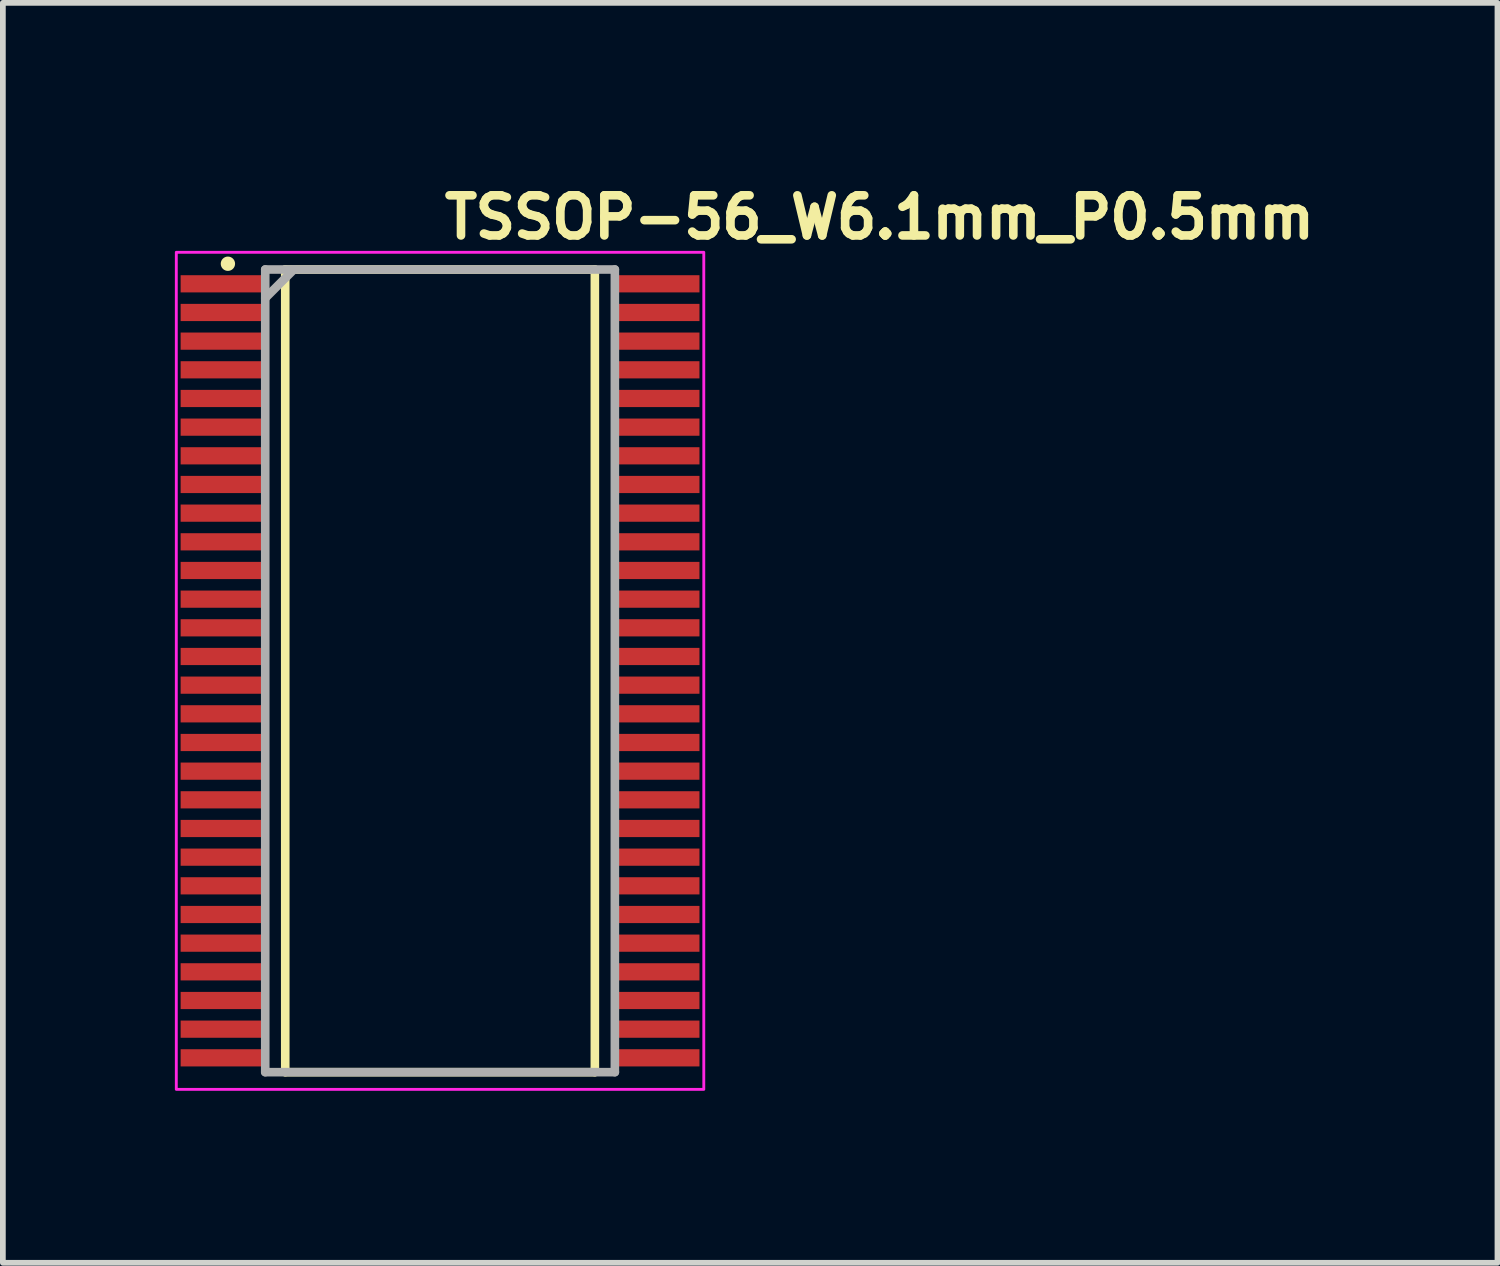
<source format=kicad_pcb>
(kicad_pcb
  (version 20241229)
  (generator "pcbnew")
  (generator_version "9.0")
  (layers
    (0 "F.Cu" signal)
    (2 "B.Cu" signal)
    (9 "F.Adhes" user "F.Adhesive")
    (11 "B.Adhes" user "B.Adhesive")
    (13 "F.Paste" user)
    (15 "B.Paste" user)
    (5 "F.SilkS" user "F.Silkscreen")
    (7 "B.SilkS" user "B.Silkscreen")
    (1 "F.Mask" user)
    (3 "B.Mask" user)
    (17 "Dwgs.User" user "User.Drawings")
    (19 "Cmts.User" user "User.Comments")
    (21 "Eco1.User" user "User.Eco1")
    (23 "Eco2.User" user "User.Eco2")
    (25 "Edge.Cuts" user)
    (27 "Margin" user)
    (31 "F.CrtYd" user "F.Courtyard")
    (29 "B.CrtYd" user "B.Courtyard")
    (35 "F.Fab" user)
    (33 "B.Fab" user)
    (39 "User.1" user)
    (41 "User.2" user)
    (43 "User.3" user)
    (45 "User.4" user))
  (footprint "TSSOP-56_W6.1mm_P0.5mm"
    (layer "F.Cu")
    (at 4.625 8.65)
    (property "Reference" "TSSOP-56_W6.1mm_P0.5mm" (at 0 -7.5 0) (layer "F.SilkS") (effects (font (size 0.7 0.7) (thickness 0.15)) (justify left bottom)))
    (attr smd)
    (fp_line (start -2.7 -7) (end 2.7 -7) (stroke (width 0.15) (type solid)) (layer "F.SilkS"))
    (fp_line (start -2.7 7) (end -2.7 -7) (stroke (width 0.15) (type solid)) (layer "F.SilkS"))
    (fp_line (start 2.7 -7) (end 2.7 7) (stroke (width 0.15) (type solid)) (layer "F.SilkS"))
    (fp_line (start 2.7 7) (end -2.7 7) (stroke (width 0.15) (type solid)) (layer "F.SilkS"))
    (fp_circle (center -3.7 -7.1) (end -3.65 -7.1) (stroke (width 0.15) (type solid)) (fill yes) (layer "F.SilkS"))
    (fp_rect (start -4.6 -7.3) (end 4.6 7.3) (stroke (width 0.05) (type solid)) (fill no) (layer "F.CrtYd"))
    (fp_line (start -3.049 -7) (end 3.049 -7) (stroke (width 0.15) (type solid)) (layer "F.Fab"))
    (fp_line (start -3.049 -6.5) (end -2.549 -7) (stroke (width 0.15) (type solid)) (layer "F.Fab"))
    (fp_line (start -3.049 7) (end -3.049 -7) (stroke (width 0.15) (type solid)) (layer "F.Fab"))
    (fp_line (start 3.049 -7) (end 3.049 7) (stroke (width 0.15) (type solid)) (layer "F.Fab"))
    (fp_line (start 3.049 7) (end -3.049 7) (stroke (width 0.15) (type solid)) (layer "F.Fab"))
    (fp_rect (start -4.049 -7) (end 4.049 7) (stroke (width 0.1) (type solid)) (fill no) (layer "User.5"))
    (fp_line (start -4.049 -6.862) (end -3.719 -6.862) (stroke (width 0.02) (type solid)) (layer "User.9"))
    (fp_line (start -4.049 -6.637) (end -4.049 -6.862) (stroke (width 0.02) (type solid)) (layer "User.9"))
    (fp_line (start -4.049 -6.637) (end -3.719 -6.637) (stroke (width 0.02) (type solid)) (layer "User.9"))
    (fp_line (start -4.049 -6.362) (end -3.719 -6.362) (stroke (width 0.02) (type solid)) (layer "User.9"))
    (fp_line (start -4.049 -6.137) (end -4.049 -6.362) (stroke (width 0.02) (type solid)) (layer "User.9"))
    (fp_line (start -4.049 -6.137) (end -3.719 -6.137) (stroke (width 0.02) (type solid)) (layer "User.9"))
    (fp_line (start -4.049 -5.862) (end -3.719 -5.862) (stroke (width 0.02) (type solid)) (layer "User.9"))
    (fp_line (start -4.049 -5.637) (end -4.049 -5.862) (stroke (width 0.02) (type solid)) (layer "User.9"))
    (fp_line (start -4.049 -5.637) (end -3.719 -5.637) (stroke (width 0.02) (type solid)) (layer "User.9"))
    (fp_line (start -4.049 -5.362) (end -3.719 -5.362) (stroke (width 0.02) (type solid)) (layer "User.9"))
    (fp_line (start -4.049 -5.137) (end -4.049 -5.362) (stroke (width 0.02) (type solid)) (layer "User.9"))
    (fp_line (start -4.049 -5.137) (end -3.719 -5.137) (stroke (width 0.02) (type solid)) (layer "User.9"))
    (fp_line (start -4.049 -4.862) (end -3.719 -4.862) (stroke (width 0.02) (type solid)) (layer "User.9"))
    (fp_line (start -4.049 -4.637) (end -4.049 -4.862) (stroke (width 0.02) (type solid)) (layer "User.9"))
    (fp_line (start -4.049 -4.637) (end -3.719 -4.637) (stroke (width 0.02) (type solid)) (layer "User.9"))
    (fp_line (start -4.049 -4.362) (end -3.719 -4.362) (stroke (width 0.02) (type solid)) (layer "User.9"))
    (fp_line (start -4.049 -4.137) (end -4.049 -4.362) (stroke (width 0.02) (type solid)) (layer "User.9"))
    (fp_line (start -4.049 -4.137) (end -3.719 -4.137) (stroke (width 0.02) (type solid)) (layer "User.9"))
    (fp_line (start -4.049 -3.862) (end -3.719 -3.862) (stroke (width 0.02) (type solid)) (layer "User.9"))
    (fp_line (start -4.049 -3.637) (end -4.049 -3.862) (stroke (width 0.02) (type solid)) (layer "User.9"))
    (fp_line (start -4.049 -3.637) (end -3.719 -3.637) (stroke (width 0.02) (type solid)) (layer "User.9"))
    (fp_line (start -4.049 -3.362) (end -3.719 -3.362) (stroke (width 0.02) (type solid)) (layer "User.9"))
    (fp_line (start -4.049 -3.137) (end -4.049 -3.362) (stroke (width 0.02) (type solid)) (layer "User.9"))
    (fp_line (start -4.049 -3.137) (end -3.719 -3.137) (stroke (width 0.02) (type solid)) (layer "User.9"))
    (fp_line (start -4.049 -2.862) (end -3.719 -2.862) (stroke (width 0.02) (type solid)) (layer "User.9"))
    (fp_line (start -4.049 -2.637) (end -4.049 -2.862) (stroke (width 0.02) (type solid)) (layer "User.9"))
    (fp_line (start -4.049 -2.637) (end -3.719 -2.637) (stroke (width 0.02) (type solid)) (layer "User.9"))
    (fp_line (start -4.049 -2.362) (end -3.719 -2.362) (stroke (width 0.02) (type solid)) (layer "User.9"))
    (fp_line (start -4.049 -2.137) (end -4.049 -2.362) (stroke (width 0.02) (type solid)) (layer "User.9"))
    (fp_line (start -4.049 -2.137) (end -3.719 -2.137) (stroke (width 0.02) (type solid)) (layer "User.9"))
    (fp_line (start -4.049 -1.862) (end -3.719 -1.862) (stroke (width 0.02) (type solid)) (layer "User.9"))
    (fp_line (start -4.049 -1.637) (end -4.049 -1.862) (stroke (width 0.02) (type solid)) (layer "User.9"))
    (fp_line (start -4.049 -1.637) (end -3.719 -1.637) (stroke (width 0.02) (type solid)) (layer "User.9"))
    (fp_line (start -4.049 -1.362) (end -3.719 -1.362) (stroke (width 0.02) (type solid)) (layer "User.9"))
    (fp_line (start -4.049 -1.137) (end -4.049 -1.362) (stroke (width 0.02) (type solid)) (layer "User.9"))
    (fp_line (start -4.049 -1.137) (end -3.719 -1.137) (stroke (width 0.02) (type solid)) (layer "User.9"))
    (fp_line (start -4.049 -0.862) (end -3.719 -0.862) (stroke (width 0.02) (type solid)) (layer "User.9"))
    (fp_line (start -4.049 -0.637) (end -4.049 -0.862) (stroke (width 0.02) (type solid)) (layer "User.9"))
    (fp_line (start -4.049 -0.637) (end -3.719 -0.637) (stroke (width 0.02) (type solid)) (layer "User.9"))
    (fp_line (start -4.049 -0.362) (end -3.719 -0.362) (stroke (width 0.02) (type solid)) (layer "User.9"))
    (fp_line (start -4.049 -0.137) (end -4.049 -0.362) (stroke (width 0.02) (type solid)) (layer "User.9"))
    (fp_line (start -4.049 -0.137) (end -3.719 -0.137) (stroke (width 0.02) (type solid)) (layer "User.9"))
    (fp_line (start -4.049 0.137) (end -3.719 0.137) (stroke (width 0.02) (type solid)) (layer "User.9"))
    (fp_line (start -4.049 0.362) (end -4.049 0.137) (stroke (width 0.02) (type solid)) (layer "User.9"))
    (fp_line (start -4.049 0.362) (end -3.719 0.362) (stroke (width 0.02) (type solid)) (layer "User.9"))
    (fp_line (start -4.049 0.637) (end -3.719 0.637) (stroke (width 0.02) (type solid)) (layer "User.9"))
    (fp_line (start -4.049 0.862) (end -4.049 0.637) (stroke (width 0.02) (type solid)) (layer "User.9"))
    (fp_line (start -4.049 0.862) (end -3.719 0.862) (stroke (width 0.02) (type solid)) (layer "User.9"))
    (fp_line (start -4.049 1.137) (end -3.719 1.137) (stroke (width 0.02) (type solid)) (layer "User.9"))
    (fp_line (start -4.049 1.362) (end -4.049 1.137) (stroke (width 0.02) (type solid)) (layer "User.9"))
    (fp_line (start -4.049 1.362) (end -3.719 1.362) (stroke (width 0.02) (type solid)) (layer "User.9"))
    (fp_line (start -4.049 1.637) (end -3.719 1.637) (stroke (width 0.02) (type solid)) (layer "User.9"))
    (fp_line (start -4.049 1.862) (end -4.049 1.637) (stroke (width 0.02) (type solid)) (layer "User.9"))
    (fp_line (start -4.049 1.862) (end -3.719 1.862) (stroke (width 0.02) (type solid)) (layer "User.9"))
    (fp_line (start -4.049 2.137) (end -3.719 2.137) (stroke (width 0.02) (type solid)) (layer "User.9"))
    (fp_line (start -4.049 2.362) (end -4.049 2.137) (stroke (width 0.02) (type solid)) (layer "User.9"))
    (fp_line (start -4.049 2.362) (end -3.719 2.362) (stroke (width 0.02) (type solid)) (layer "User.9"))
    (fp_line (start -4.049 2.637) (end -3.719 2.637) (stroke (width 0.02) (type solid)) (layer "User.9"))
    (fp_line (start -4.049 2.862) (end -4.049 2.637) (stroke (width 0.02) (type solid)) (layer "User.9"))
    (fp_line (start -4.049 2.862) (end -3.719 2.862) (stroke (width 0.02) (type solid)) (layer "User.9"))
    (fp_line (start -4.049 3.137) (end -3.719 3.137) (stroke (width 0.02) (type solid)) (layer "User.9"))
    (fp_line (start -4.049 3.362) (end -4.049 3.137) (stroke (width 0.02) (type solid)) (layer "User.9"))
    (fp_line (start -4.049 3.362) (end -3.719 3.362) (stroke (width 0.02) (type solid)) (layer "User.9"))
    (fp_line (start -4.049 3.637) (end -3.719 3.637) (stroke (width 0.02) (type solid)) (layer "User.9"))
    (fp_line (start -4.049 3.862) (end -4.049 3.637) (stroke (width 0.02) (type solid)) (layer "User.9"))
    (fp_line (start -4.049 3.862) (end -3.719 3.862) (stroke (width 0.02) (type solid)) (layer "User.9"))
    (fp_line (start -4.049 4.137) (end -3.719 4.137) (stroke (width 0.02) (type solid)) (layer "User.9"))
    (fp_line (start -4.049 4.362) (end -4.049 4.137) (stroke (width 0.02) (type solid)) (layer "User.9"))
    (fp_line (start -4.049 4.362) (end -3.719 4.362) (stroke (width 0.02) (type solid)) (layer "User.9"))
    (fp_line (start -4.049 4.637) (end -3.719 4.637) (stroke (width 0.02) (type solid)) (layer "User.9"))
    (fp_line (start -4.049 4.862) (end -4.049 4.637) (stroke (width 0.02) (type solid)) (layer "User.9"))
    (fp_line (start -4.049 4.862) (end -3.719 4.862) (stroke (width 0.02) (type solid)) (layer "User.9"))
    (fp_line (start -4.049 5.137) (end -3.719 5.137) (stroke (width 0.02) (type solid)) (layer "User.9"))
    (fp_line (start -4.049 5.362) (end -4.049 5.137) (stroke (width 0.02) (type solid)) (layer "User.9"))
    (fp_line (start -4.049 5.362) (end -3.719 5.362) (stroke (width 0.02) (type solid)) (layer "User.9"))
    (fp_line (start -4.049 5.637) (end -3.719 5.637) (stroke (width 0.02) (type solid)) (layer "User.9"))
    (fp_line (start -4.049 5.862) (end -4.049 5.637) (stroke (width 0.02) (type solid)) (layer "User.9"))
    (fp_line (start -4.049 5.862) (end -3.719 5.862) (stroke (width 0.02) (type solid)) (layer "User.9"))
    (fp_line (start -4.049 6.137) (end -3.719 6.137) (stroke (width 0.02) (type solid)) (layer "User.9"))
    (fp_line (start -4.049 6.362) (end -4.049 6.137) (stroke (width 0.02) (type solid)) (layer "User.9"))
    (fp_line (start -4.049 6.362) (end -3.719 6.362) (stroke (width 0.02) (type solid)) (layer "User.9"))
    (fp_line (start -4.049 6.637) (end -3.719 6.637) (stroke (width 0.02) (type solid)) (layer "User.9"))
    (fp_line (start -4.049 6.862) (end -4.049 6.637) (stroke (width 0.02) (type solid)) (layer "User.9"))
    (fp_line (start -4.049 6.862) (end -3.719 6.862) (stroke (width 0.02) (type solid)) (layer "User.9"))
    (fp_line (start -3.719 -6.862) (end -3.68 -6.862) (stroke (width 0.02) (type solid)) (layer "User.9"))
    (fp_line (start -3.719 -6.637) (end -3.68 -6.637) (stroke (width 0.02) (type solid)) (layer "User.9"))
    (fp_line (start -3.719 -6.362) (end -3.68 -6.362) (stroke (width 0.02) (type solid)) (layer "User.9"))
    (fp_line (start -3.719 -6.137) (end -3.68 -6.137) (stroke (width 0.02) (type solid)) (layer "User.9"))
    (fp_line (start -3.719 -5.862) (end -3.68 -5.862) (stroke (width 0.02) (type solid)) (layer "User.9"))
    (fp_line (start -3.719 -5.637) (end -3.68 -5.637) (stroke (width 0.02) (type solid)) (layer "User.9"))
    (fp_line (start -3.719 -5.362) (end -3.68 -5.362) (stroke (width 0.02) (type solid)) (layer "User.9"))
    (fp_line (start -3.719 -5.137) (end -3.68 -5.137) (stroke (width 0.02) (type solid)) (layer "User.9"))
    (fp_line (start -3.719 -4.862) (end -3.68 -4.862) (stroke (width 0.02) (type solid)) (layer "User.9"))
    (fp_line (start -3.719 -4.637) (end -3.68 -4.637) (stroke (width 0.02) (type solid)) (layer "User.9"))
    (fp_line (start -3.719 -4.362) (end -3.68 -4.362) (stroke (width 0.02) (type solid)) (layer "User.9"))
    (fp_line (start -3.719 -4.137) (end -3.68 -4.137) (stroke (width 0.02) (type solid)) (layer "User.9"))
    (fp_line (start -3.719 -3.862) (end -3.68 -3.862) (stroke (width 0.02) (type solid)) (layer "User.9"))
    (fp_line (start -3.719 -3.637) (end -3.68 -3.637) (stroke (width 0.02) (type solid)) (layer "User.9"))
    (fp_line (start -3.719 -3.362) (end -3.68 -3.362) (stroke (width 0.02) (type solid)) (layer "User.9"))
    (fp_line (start -3.719 -3.137) (end -3.68 -3.137) (stroke (width 0.02) (type solid)) (layer "User.9"))
    (fp_line (start -3.719 -2.862) (end -3.68 -2.862) (stroke (width 0.02) (type solid)) (layer "User.9"))
    (fp_line (start -3.719 -2.637) (end -3.68 -2.637) (stroke (width 0.02) (type solid)) (layer "User.9"))
    (fp_line (start -3.719 -2.362) (end -3.68 -2.362) (stroke (width 0.02) (type solid)) (layer "User.9"))
    (fp_line (start -3.719 -2.137) (end -3.68 -2.137) (stroke (width 0.02) (type solid)) (layer "User.9"))
    (fp_line (start -3.719 -1.862) (end -3.68 -1.862) (stroke (width 0.02) (type solid)) (layer "User.9"))
    (fp_line (start -3.719 -1.637) (end -3.68 -1.637) (stroke (width 0.02) (type solid)) (layer "User.9"))
    (fp_line (start -3.719 -1.362) (end -3.68 -1.362) (stroke (width 0.02) (type solid)) (layer "User.9"))
    (fp_line (start -3.719 -1.137) (end -3.68 -1.137) (stroke (width 0.02) (type solid)) (layer "User.9"))
    (fp_line (start -3.719 -0.862) (end -3.68 -0.862) (stroke (width 0.02) (type solid)) (layer "User.9"))
    (fp_line (start -3.719 -0.637) (end -3.68 -0.637) (stroke (width 0.02) (type solid)) (layer "User.9"))
    (fp_line (start -3.719 -0.362) (end -3.68 -0.362) (stroke (width 0.02) (type solid)) (layer "User.9"))
    (fp_line (start -3.719 -0.137) (end -3.68 -0.137) (stroke (width 0.02) (type solid)) (layer "User.9"))
    (fp_line (start -3.719 0.137) (end -3.68 0.137) (stroke (width 0.02) (type solid)) (layer "User.9"))
    (fp_line (start -3.719 0.362) (end -3.68 0.362) (stroke (width 0.02) (type solid)) (layer "User.9"))
    (fp_line (start -3.719 0.637) (end -3.68 0.637) (stroke (width 0.02) (type solid)) (layer "User.9"))
    (fp_line (start -3.719 0.862) (end -3.68 0.862) (stroke (width 0.02) (type solid)) (layer "User.9"))
    (fp_line (start -3.719 1.137) (end -3.68 1.137) (stroke (width 0.02) (type solid)) (layer "User.9"))
    (fp_line (start -3.719 1.362) (end -3.68 1.362) (stroke (width 0.02) (type solid)) (layer "User.9"))
    (fp_line (start -3.719 1.637) (end -3.68 1.637) (stroke (width 0.02) (type solid)) (layer "User.9"))
    (fp_line (start -3.719 1.862) (end -3.68 1.862) (stroke (width 0.02) (type solid)) (layer "User.9"))
    (fp_line (start -3.719 2.137) (end -3.68 2.137) (stroke (width 0.02) (type solid)) (layer "User.9"))
    (fp_line (start -3.719 2.362) (end -3.68 2.362) (stroke (width 0.02) (type solid)) (layer "User.9"))
    (fp_line (start -3.719 2.637) (end -3.68 2.637) (stroke (width 0.02) (type solid)) (layer "User.9"))
    (fp_line (start -3.719 2.862) (end -3.68 2.862) (stroke (width 0.02) (type solid)) (layer "User.9"))
    (fp_line (start -3.719 3.137) (end -3.68 3.137) (stroke (width 0.02) (type solid)) (layer "User.9"))
    (fp_line (start -3.719 3.362) (end -3.68 3.362) (stroke (width 0.02) (type solid)) (layer "User.9"))
    (fp_line (start -3.719 3.637) (end -3.68 3.637) (stroke (width 0.02) (type solid)) (layer "User.9"))
    (fp_line (start -3.719 3.862) (end -3.68 3.862) (stroke (width 0.02) (type solid)) (layer "User.9"))
    (fp_line (start -3.719 4.137) (end -3.68 4.137) (stroke (width 0.02) (type solid)) (layer "User.9"))
    (fp_line (start -3.719 4.362) (end -3.68 4.362) (stroke (width 0.02) (type solid)) (layer "User.9"))
    (fp_line (start -3.719 4.637) (end -3.68 4.637) (stroke (width 0.02) (type solid)) (layer "User.9"))
    (fp_line (start -3.719 4.862) (end -3.68 4.862) (stroke (width 0.02) (type solid)) (layer "User.9"))
    (fp_line (start -3.719 5.137) (end -3.68 5.137) (stroke (width 0.02) (type solid)) (layer "User.9"))
    (fp_line (start -3.719 5.362) (end -3.68 5.362) (stroke (width 0.02) (type solid)) (layer "User.9"))
    (fp_line (start -3.719 5.637) (end -3.68 5.637) (stroke (width 0.02) (type solid)) (layer "User.9"))
    (fp_line (start -3.719 5.862) (end -3.68 5.862) (stroke (width 0.02) (type solid)) (layer "User.9"))
    (fp_line (start -3.719 6.137) (end -3.68 6.137) (stroke (width 0.02) (type solid)) (layer "User.9"))
    (fp_line (start -3.719 6.362) (end -3.68 6.362) (stroke (width 0.02) (type solid)) (layer "User.9"))
    (fp_line (start -3.719 6.637) (end -3.68 6.637) (stroke (width 0.02) (type solid)) (layer "User.9"))
    (fp_line (start -3.719 6.862) (end -3.68 6.862) (stroke (width 0.02) (type solid)) (layer "User.9"))
    (fp_line (start -3.68 -6.862) (end -3.146 -6.862) (stroke (width 0.02) (type solid)) (layer "User.9"))
    (fp_line (start -3.68 -6.637) (end -3.146 -6.637) (stroke (width 0.02) (type solid)) (layer "User.9"))
    (fp_line (start -3.68 -6.362) (end -3.146 -6.362) (stroke (width 0.02) (type solid)) (layer "User.9"))
    (fp_line (start -3.68 -6.137) (end -3.146 -6.137) (stroke (width 0.02) (type solid)) (layer "User.9"))
    (fp_line (start -3.68 -5.862) (end -3.146 -5.862) (stroke (width 0.02) (type solid)) (layer "User.9"))
    (fp_line (start -3.68 -5.637) (end -3.146 -5.637) (stroke (width 0.02) (type solid)) (layer "User.9"))
    (fp_line (start -3.68 -5.362) (end -3.146 -5.362) (stroke (width 0.02) (type solid)) (layer "User.9"))
    (fp_line (start -3.68 -5.137) (end -3.146 -5.137) (stroke (width 0.02) (type solid)) (layer "User.9"))
    (fp_line (start -3.68 -4.862) (end -3.146 -4.862) (stroke (width 0.02) (type solid)) (layer "User.9"))
    (fp_line (start -3.68 -4.637) (end -3.146 -4.637) (stroke (width 0.02) (type solid)) (layer "User.9"))
    (fp_line (start -3.68 -4.362) (end -3.146 -4.362) (stroke (width 0.02) (type solid)) (layer "User.9"))
    (fp_line (start -3.68 -4.137) (end -3.146 -4.137) (stroke (width 0.02) (type solid)) (layer "User.9"))
    (fp_line (start -3.68 -3.862) (end -3.146 -3.862) (stroke (width 0.02) (type solid)) (layer "User.9"))
    (fp_line (start -3.68 -3.637) (end -3.146 -3.637) (stroke (width 0.02) (type solid)) (layer "User.9"))
    (fp_line (start -3.68 -3.362) (end -3.146 -3.362) (stroke (width 0.02) (type solid)) (layer "User.9"))
    (fp_line (start -3.68 -3.137) (end -3.146 -3.137) (stroke (width 0.02) (type solid)) (layer "User.9"))
    (fp_line (start -3.68 -2.862) (end -3.146 -2.862) (stroke (width 0.02) (type solid)) (layer "User.9"))
    (fp_line (start -3.68 -2.637) (end -3.146 -2.637) (stroke (width 0.02) (type solid)) (layer "User.9"))
    (fp_line (start -3.68 -2.362) (end -3.146 -2.362) (stroke (width 0.02) (type solid)) (layer "User.9"))
    (fp_line (start -3.68 -2.137) (end -3.146 -2.137) (stroke (width 0.02) (type solid)) (layer "User.9"))
    (fp_line (start -3.68 -1.862) (end -3.146 -1.862) (stroke (width 0.02) (type solid)) (layer "User.9"))
    (fp_line (start -3.68 -1.637) (end -3.146 -1.637) (stroke (width 0.02) (type solid)) (layer "User.9"))
    (fp_line (start -3.68 -1.362) (end -3.146 -1.362) (stroke (width 0.02) (type solid)) (layer "User.9"))
    (fp_line (start -3.68 -1.137) (end -3.146 -1.137) (stroke (width 0.02) (type solid)) (layer "User.9"))
    (fp_line (start -3.68 -0.862) (end -3.146 -0.862) (stroke (width 0.02) (type solid)) (layer "User.9"))
    (fp_line (start -3.68 -0.637) (end -3.146 -0.637) (stroke (width 0.02) (type solid)) (layer "User.9"))
    (fp_line (start -3.68 -0.362) (end -3.146 -0.362) (stroke (width 0.02) (type solid)) (layer "User.9"))
    (fp_line (start -3.68 -0.137) (end -3.146 -0.137) (stroke (width 0.02) (type solid)) (layer "User.9"))
    (fp_line (start -3.68 0.137) (end -3.146 0.137) (stroke (width 0.02) (type solid)) (layer "User.9"))
    (fp_line (start -3.68 0.362) (end -3.146 0.362) (stroke (width 0.02) (type solid)) (layer "User.9"))
    (fp_line (start -3.68 0.637) (end -3.146 0.637) (stroke (width 0.02) (type solid)) (layer "User.9"))
    (fp_line (start -3.68 0.862) (end -3.146 0.862) (stroke (width 0.02) (type solid)) (layer "User.9"))
    (fp_line (start -3.68 1.137) (end -3.146 1.137) (stroke (width 0.02) (type solid)) (layer "User.9"))
    (fp_line (start -3.68 1.362) (end -3.146 1.362) (stroke (width 0.02) (type solid)) (layer "User.9"))
    (fp_line (start -3.68 1.637) (end -3.146 1.637) (stroke (width 0.02) (type solid)) (layer "User.9"))
    (fp_line (start -3.68 1.862) (end -3.146 1.862) (stroke (width 0.02) (type solid)) (layer "User.9"))
    (fp_line (start -3.68 2.137) (end -3.146 2.137) (stroke (width 0.02) (type solid)) (layer "User.9"))
    (fp_line (start -3.68 2.362) (end -3.146 2.362) (stroke (width 0.02) (type solid)) (layer "User.9"))
    (fp_line (start -3.68 2.637) (end -3.146 2.637) (stroke (width 0.02) (type solid)) (layer "User.9"))
    (fp_line (start -3.68 2.862) (end -3.146 2.862) (stroke (width 0.02) (type solid)) (layer "User.9"))
    (fp_line (start -3.68 3.137) (end -3.146 3.137) (stroke (width 0.02) (type solid)) (layer "User.9"))
    (fp_line (start -3.68 3.362) (end -3.146 3.362) (stroke (width 0.02) (type solid)) (layer "User.9"))
    (fp_line (start -3.68 3.637) (end -3.146 3.637) (stroke (width 0.02) (type solid)) (layer "User.9"))
    (fp_line (start -3.68 3.862) (end -3.146 3.862) (stroke (width 0.02) (type solid)) (layer "User.9"))
    (fp_line (start -3.68 4.137) (end -3.146 4.137) (stroke (width 0.02) (type solid)) (layer "User.9"))
    (fp_line (start -3.68 4.362) (end -3.146 4.362) (stroke (width 0.02) (type solid)) (layer "User.9"))
    (fp_line (start -3.68 4.637) (end -3.146 4.637) (stroke (width 0.02) (type solid)) (layer "User.9"))
    (fp_line (start -3.68 4.862) (end -3.146 4.862) (stroke (width 0.02) (type solid)) (layer "User.9"))
    (fp_line (start -3.68 5.137) (end -3.146 5.137) (stroke (width 0.02) (type solid)) (layer "User.9"))
    (fp_line (start -3.68 5.362) (end -3.146 5.362) (stroke (width 0.02) (type solid)) (layer "User.9"))
    (fp_line (start -3.68 5.637) (end -3.146 5.637) (stroke (width 0.02) (type solid)) (layer "User.9"))
    (fp_line (start -3.68 5.862) (end -3.146 5.862) (stroke (width 0.02) (type solid)) (layer "User.9"))
    (fp_line (start -3.68 6.137) (end -3.146 6.137) (stroke (width 0.02) (type solid)) (layer "User.9"))
    (fp_line (start -3.68 6.362) (end -3.146 6.362) (stroke (width 0.02) (type solid)) (layer "User.9"))
    (fp_line (start -3.68 6.637) (end -3.146 6.637) (stroke (width 0.02) (type solid)) (layer "User.9"))
    (fp_line (start -3.68 6.862) (end -3.146 6.862) (stroke (width 0.02) (type solid)) (layer "User.9"))
    (fp_line (start -3.146 -6.862) (end -3.106 -6.862) (stroke (width 0.02) (type solid)) (layer "User.9"))
    (fp_line (start -3.146 -6.637) (end -3.106 -6.637) (stroke (width 0.02) (type solid)) (layer "User.9"))
    (fp_line (start -3.146 -6.362) (end -3.106 -6.362) (stroke (width 0.02) (type solid)) (layer "User.9"))
    (fp_line (start -3.146 -6.137) (end -3.106 -6.137) (stroke (width 0.02) (type solid)) (layer "User.9"))
    (fp_line (start -3.146 -5.862) (end -3.106 -5.862) (stroke (width 0.02) (type solid)) (layer "User.9"))
    (fp_line (start -3.146 -5.637) (end -3.106 -5.637) (stroke (width 0.02) (type solid)) (layer "User.9"))
    (fp_line (start -3.146 -5.362) (end -3.106 -5.362) (stroke (width 0.02) (type solid)) (layer "User.9"))
    (fp_line (start -3.146 -5.137) (end -3.106 -5.137) (stroke (width 0.02) (type solid)) (layer "User.9"))
    (fp_line (start -3.146 -4.862) (end -3.106 -4.862) (stroke (width 0.02) (type solid)) (layer "User.9"))
    (fp_line (start -3.146 -4.637) (end -3.106 -4.637) (stroke (width 0.02) (type solid)) (layer "User.9"))
    (fp_line (start -3.146 -4.362) (end -3.106 -4.362) (stroke (width 0.02) (type solid)) (layer "User.9"))
    (fp_line (start -3.146 -4.137) (end -3.106 -4.137) (stroke (width 0.02) (type solid)) (layer "User.9"))
    (fp_line (start -3.146 -3.862) (end -3.106 -3.862) (stroke (width 0.02) (type solid)) (layer "User.9"))
    (fp_line (start -3.146 -3.637) (end -3.106 -3.637) (stroke (width 0.02) (type solid)) (layer "User.9"))
    (fp_line (start -3.146 -3.362) (end -3.106 -3.362) (stroke (width 0.02) (type solid)) (layer "User.9"))
    (fp_line (start -3.146 -3.137) (end -3.106 -3.137) (stroke (width 0.02) (type solid)) (layer "User.9"))
    (fp_line (start -3.146 -2.862) (end -3.106 -2.862) (stroke (width 0.02) (type solid)) (layer "User.9"))
    (fp_line (start -3.146 -2.637) (end -3.106 -2.637) (stroke (width 0.02) (type solid)) (layer "User.9"))
    (fp_line (start -3.146 -2.362) (end -3.106 -2.362) (stroke (width 0.02) (type solid)) (layer "User.9"))
    (fp_line (start -3.146 -2.137) (end -3.106 -2.137) (stroke (width 0.02) (type solid)) (layer "User.9"))
    (fp_line (start -3.146 -1.862) (end -3.106 -1.862) (stroke (width 0.02) (type solid)) (layer "User.9"))
    (fp_line (start -3.146 -1.637) (end -3.106 -1.637) (stroke (width 0.02) (type solid)) (layer "User.9"))
    (fp_line (start -3.146 -1.362) (end -3.106 -1.362) (stroke (width 0.02) (type solid)) (layer "User.9"))
    (fp_line (start -3.146 -1.137) (end -3.106 -1.137) (stroke (width 0.02) (type solid)) (layer "User.9"))
    (fp_line (start -3.146 -0.862) (end -3.106 -0.862) (stroke (width 0.02) (type solid)) (layer "User.9"))
    (fp_line (start -3.146 -0.637) (end -3.106 -0.637) (stroke (width 0.02) (type solid)) (layer "User.9"))
    (fp_line (start -3.146 -0.362) (end -3.106 -0.362) (stroke (width 0.02) (type solid)) (layer "User.9"))
    (fp_line (start -3.146 -0.137) (end -3.106 -0.137) (stroke (width 0.02) (type solid)) (layer "User.9"))
    (fp_line (start -3.146 0.137) (end -3.106 0.137) (stroke (width 0.02) (type solid)) (layer "User.9"))
    (fp_line (start -3.146 0.362) (end -3.106 0.362) (stroke (width 0.02) (type solid)) (layer "User.9"))
    (fp_line (start -3.146 0.637) (end -3.106 0.637) (stroke (width 0.02) (type solid)) (layer "User.9"))
    (fp_line (start -3.146 0.862) (end -3.106 0.862) (stroke (width 0.02) (type solid)) (layer "User.9"))
    (fp_line (start -3.146 1.137) (end -3.106 1.137) (stroke (width 0.02) (type solid)) (layer "User.9"))
    (fp_line (start -3.146 1.362) (end -3.106 1.362) (stroke (width 0.02) (type solid)) (layer "User.9"))
    (fp_line (start -3.146 1.637) (end -3.106 1.637) (stroke (width 0.02) (type solid)) (layer "User.9"))
    (fp_line (start -3.146 1.862) (end -3.106 1.862) (stroke (width 0.02) (type solid)) (layer "User.9"))
    (fp_line (start -3.146 2.137) (end -3.106 2.137) (stroke (width 0.02) (type solid)) (layer "User.9"))
    (fp_line (start -3.146 2.362) (end -3.106 2.362) (stroke (width 0.02) (type solid)) (layer "User.9"))
    (fp_line (start -3.146 2.637) (end -3.106 2.637) (stroke (width 0.02) (type solid)) (layer "User.9"))
    (fp_line (start -3.146 2.862) (end -3.106 2.862) (stroke (width 0.02) (type solid)) (layer "User.9"))
    (fp_line (start -3.146 3.137) (end -3.106 3.137) (stroke (width 0.02) (type solid)) (layer "User.9"))
    (fp_line (start -3.146 3.362) (end -3.106 3.362) (stroke (width 0.02) (type solid)) (layer "User.9"))
    (fp_line (start -3.146 3.637) (end -3.106 3.637) (stroke (width 0.02) (type solid)) (layer "User.9"))
    (fp_line (start -3.146 3.862) (end -3.106 3.862) (stroke (width 0.02) (type solid)) (layer "User.9"))
    (fp_line (start -3.146 4.137) (end -3.106 4.137) (stroke (width 0.02) (type solid)) (layer "User.9"))
    (fp_line (start -3.146 4.362) (end -3.106 4.362) (stroke (width 0.02) (type solid)) (layer "User.9"))
    (fp_line (start -3.146 4.637) (end -3.106 4.637) (stroke (width 0.02) (type solid)) (layer "User.9"))
    (fp_line (start -3.146 4.862) (end -3.106 4.862) (stroke (width 0.02) (type solid)) (layer "User.9"))
    (fp_line (start -3.146 5.137) (end -3.106 5.137) (stroke (width 0.02) (type solid)) (layer "User.9"))
    (fp_line (start -3.146 5.362) (end -3.106 5.362) (stroke (width 0.02) (type solid)) (layer "User.9"))
    (fp_line (start -3.146 5.637) (end -3.106 5.637) (stroke (width 0.02) (type solid)) (layer "User.9"))
    (fp_line (start -3.146 5.862) (end -3.106 5.862) (stroke (width 0.02) (type solid)) (layer "User.9"))
    (fp_line (start -3.146 6.137) (end -3.106 6.137) (stroke (width 0.02) (type solid)) (layer "User.9"))
    (fp_line (start -3.146 6.362) (end -3.106 6.362) (stroke (width 0.02) (type solid)) (layer "User.9"))
    (fp_line (start -3.146 6.637) (end -3.106 6.637) (stroke (width 0.02) (type solid)) (layer "User.9"))
    (fp_line (start -3.146 6.862) (end -3.106 6.862) (stroke (width 0.02) (type solid)) (layer "User.9"))
    (fp_line (start -3.106 -6.862) (end -3.049 -6.862) (stroke (width 0.02) (type solid)) (layer "User.9"))
    (fp_line (start -3.106 -6.637) (end -3.049 -6.637) (stroke (width 0.02) (type solid)) (layer "User.9"))
    (fp_line (start -3.106 -6.362) (end -3.049 -6.362) (stroke (width 0.02) (type solid)) (layer "User.9"))
    (fp_line (start -3.106 -6.137) (end -3.049 -6.137) (stroke (width 0.02) (type solid)) (layer "User.9"))
    (fp_line (start -3.106 -5.862) (end -3.049 -5.862) (stroke (width 0.02) (type solid)) (layer "User.9"))
    (fp_line (start -3.106 -5.637) (end -3.049 -5.637) (stroke (width 0.02) (type solid)) (layer "User.9"))
    (fp_line (start -3.106 -5.362) (end -3.049 -5.362) (stroke (width 0.02) (type solid)) (layer "User.9"))
    (fp_line (start -3.106 -5.137) (end -3.049 -5.137) (stroke (width 0.02) (type solid)) (layer "User.9"))
    (fp_line (start -3.106 -4.862) (end -3.049 -4.862) (stroke (width 0.02) (type solid)) (layer "User.9"))
    (fp_line (start -3.106 -4.637) (end -3.049 -4.637) (stroke (width 0.02) (type solid)) (layer "User.9"))
    (fp_line (start -3.106 -4.362) (end -3.049 -4.362) (stroke (width 0.02) (type solid)) (layer "User.9"))
    (fp_line (start -3.106 -4.137) (end -3.049 -4.137) (stroke (width 0.02) (type solid)) (layer "User.9"))
    (fp_line (start -3.106 -3.862) (end -3.049 -3.862) (stroke (width 0.02) (type solid)) (layer "User.9"))
    (fp_line (start -3.106 -3.637) (end -3.049 -3.637) (stroke (width 0.02) (type solid)) (layer "User.9"))
    (fp_line (start -3.106 -3.362) (end -3.049 -3.362) (stroke (width 0.02) (type solid)) (layer "User.9"))
    (fp_line (start -3.106 -3.137) (end -3.049 -3.137) (stroke (width 0.02) (type solid)) (layer "User.9"))
    (fp_line (start -3.106 -2.862) (end -3.049 -2.862) (stroke (width 0.02) (type solid)) (layer "User.9"))
    (fp_line (start -3.106 -2.637) (end -3.049 -2.637) (stroke (width 0.02) (type solid)) (layer "User.9"))
    (fp_line (start -3.106 -2.362) (end -3.049 -2.362) (stroke (width 0.02) (type solid)) (layer "User.9"))
    (fp_line (start -3.106 -2.137) (end -3.049 -2.137) (stroke (width 0.02) (type solid)) (layer "User.9"))
    (fp_line (start -3.106 -1.862) (end -3.049 -1.862) (stroke (width 0.02) (type solid)) (layer "User.9"))
    (fp_line (start -3.106 -1.637) (end -3.049 -1.637) (stroke (width 0.02) (type solid)) (layer "User.9"))
    (fp_line (start -3.106 -1.362) (end -3.049 -1.362) (stroke (width 0.02) (type solid)) (layer "User.9"))
    (fp_line (start -3.106 -1.137) (end -3.049 -1.137) (stroke (width 0.02) (type solid)) (layer "User.9"))
    (fp_line (start -3.106 -0.862) (end -3.049 -0.862) (stroke (width 0.02) (type solid)) (layer "User.9"))
    (fp_line (start -3.106 -0.637) (end -3.049 -0.637) (stroke (width 0.02) (type solid)) (layer "User.9"))
    (fp_line (start -3.106 -0.362) (end -3.049 -0.362) (stroke (width 0.02) (type solid)) (layer "User.9"))
    (fp_line (start -3.106 -0.137) (end -3.049 -0.137) (stroke (width 0.02) (type solid)) (layer "User.9"))
    (fp_line (start -3.106 0.137) (end -3.049 0.137) (stroke (width 0.02) (type solid)) (layer "User.9"))
    (fp_line (start -3.106 0.362) (end -3.049 0.362) (stroke (width 0.02) (type solid)) (layer "User.9"))
    (fp_line (start -3.106 0.637) (end -3.049 0.637) (stroke (width 0.02) (type solid)) (layer "User.9"))
    (fp_line (start -3.106 0.862) (end -3.049 0.862) (stroke (width 0.02) (type solid)) (layer "User.9"))
    (fp_line (start -3.106 1.137) (end -3.049 1.137) (stroke (width 0.02) (type solid)) (layer "User.9"))
    (fp_line (start -3.106 1.362) (end -3.049 1.362) (stroke (width 0.02) (type solid)) (layer "User.9"))
    (fp_line (start -3.106 1.637) (end -3.049 1.637) (stroke (width 0.02) (type solid)) (layer "User.9"))
    (fp_line (start -3.106 1.862) (end -3.049 1.862) (stroke (width 0.02) (type solid)) (layer "User.9"))
    (fp_line (start -3.106 2.137) (end -3.049 2.137) (stroke (width 0.02) (type solid)) (layer "User.9"))
    (fp_line (start -3.106 2.362) (end -3.049 2.362) (stroke (width 0.02) (type solid)) (layer "User.9"))
    (fp_line (start -3.106 2.637) (end -3.049 2.637) (stroke (width 0.02) (type solid)) (layer "User.9"))
    (fp_line (start -3.106 2.862) (end -3.049 2.862) (stroke (width 0.02) (type solid)) (layer "User.9"))
    (fp_line (start -3.106 3.137) (end -3.049 3.137) (stroke (width 0.02) (type solid)) (layer "User.9"))
    (fp_line (start -3.106 3.362) (end -3.049 3.362) (stroke (width 0.02) (type solid)) (layer "User.9"))
    (fp_line (start -3.106 3.637) (end -3.049 3.637) (stroke (width 0.02) (type solid)) (layer "User.9"))
    (fp_line (start -3.106 3.862) (end -3.049 3.862) (stroke (width 0.02) (type solid)) (layer "User.9"))
    (fp_line (start -3.106 4.137) (end -3.049 4.137) (stroke (width 0.02) (type solid)) (layer "User.9"))
    (fp_line (start -3.106 4.362) (end -3.049 4.362) (stroke (width 0.02) (type solid)) (layer "User.9"))
    (fp_line (start -3.106 4.637) (end -3.049 4.637) (stroke (width 0.02) (type solid)) (layer "User.9"))
    (fp_line (start -3.106 4.862) (end -3.049 4.862) (stroke (width 0.02) (type solid)) (layer "User.9"))
    (fp_line (start -3.106 5.137) (end -3.049 5.137) (stroke (width 0.02) (type solid)) (layer "User.9"))
    (fp_line (start -3.106 5.362) (end -3.049 5.362) (stroke (width 0.02) (type solid)) (layer "User.9"))
    (fp_line (start -3.106 5.637) (end -3.049 5.637) (stroke (width 0.02) (type solid)) (layer "User.9"))
    (fp_line (start -3.106 5.862) (end -3.049 5.862) (stroke (width 0.02) (type solid)) (layer "User.9"))
    (fp_line (start -3.106 6.137) (end -3.049 6.137) (stroke (width 0.02) (type solid)) (layer "User.9"))
    (fp_line (start -3.106 6.362) (end -3.049 6.362) (stroke (width 0.02) (type solid)) (layer "User.9"))
    (fp_line (start -3.106 6.637) (end -3.049 6.637) (stroke (width 0.02) (type solid)) (layer "User.9"))
    (fp_line (start -3.106 6.862) (end -3.049 6.862) (stroke (width 0.02) (type solid)) (layer "User.9"))
    (fp_line (start -3.049 -7) (end -2.914 -6.864) (stroke (width 0.02) (type solid)) (layer "User.9"))
    (fp_line (start -3.049 -7) (end 3.049 -7) (stroke (width 0.02) (type solid)) (layer "User.9"))
    (fp_line (start -3.049 -6.637) (end -3.049 -6.862) (stroke (width 0.02) (type solid)) (layer "User.9"))
    (fp_line (start -3.049 -6.137) (end -3.049 -6.362) (stroke (width 0.02) (type solid)) (layer "User.9"))
    (fp_line (start -3.049 -5.637) (end -3.049 -5.862) (stroke (width 0.02) (type solid)) (layer "User.9"))
    (fp_line (start -3.049 -5.137) (end -3.049 -5.362) (stroke (width 0.02) (type solid)) (layer "User.9"))
    (fp_line (start -3.049 -4.637) (end -3.049 -4.862) (stroke (width 0.02) (type solid)) (layer "User.9"))
    (fp_line (start -3.049 -4.137) (end -3.049 -4.362) (stroke (width 0.02) (type solid)) (layer "User.9"))
    (fp_line (start -3.049 -3.637) (end -3.049 -3.862) (stroke (width 0.02) (type solid)) (layer "User.9"))
    (fp_line (start -3.049 -3.137) (end -3.049 -3.362) (stroke (width 0.02) (type solid)) (layer "User.9"))
    (fp_line (start -3.049 -2.637) (end -3.049 -2.862) (stroke (width 0.02) (type solid)) (layer "User.9"))
    (fp_line (start -3.049 -2.137) (end -3.049 -2.362) (stroke (width 0.02) (type solid)) (layer "User.9"))
    (fp_line (start -3.049 -1.637) (end -3.049 -1.862) (stroke (width 0.02) (type solid)) (layer "User.9"))
    (fp_line (start -3.049 -1.137) (end -3.049 -1.362) (stroke (width 0.02) (type solid)) (layer "User.9"))
    (fp_line (start -3.049 -0.637) (end -3.049 -0.862) (stroke (width 0.02) (type solid)) (layer "User.9"))
    (fp_line (start -3.049 -0.137) (end -3.049 -0.362) (stroke (width 0.02) (type solid)) (layer "User.9"))
    (fp_line (start -3.049 0.362) (end -3.049 0.137) (stroke (width 0.02) (type solid)) (layer "User.9"))
    (fp_line (start -3.049 0.862) (end -3.049 0.637) (stroke (width 0.02) (type solid)) (layer "User.9"))
    (fp_line (start -3.049 1.362) (end -3.049 1.137) (stroke (width 0.02) (type solid)) (layer "User.9"))
    (fp_line (start -3.049 1.862) (end -3.049 1.637) (stroke (width 0.02) (type solid)) (layer "User.9"))
    (fp_line (start -3.049 2.362) (end -3.049 2.137) (stroke (width 0.02) (type solid)) (layer "User.9"))
    (fp_line (start -3.049 2.862) (end -3.049 2.637) (stroke (width 0.02) (type solid)) (layer "User.9"))
    (fp_line (start -3.049 3.362) (end -3.049 3.137) (stroke (width 0.02) (type solid)) (layer "User.9"))
    (fp_line (start -3.049 3.862) (end -3.049 3.637) (stroke (width 0.02) (type solid)) (layer "User.9"))
    (fp_line (start -3.049 4.362) (end -3.049 4.137) (stroke (width 0.02) (type solid)) (layer "User.9"))
    (fp_line (start -3.049 4.862) (end -3.049 4.637) (stroke (width 0.02) (type solid)) (layer "User.9"))
    (fp_line (start -3.049 5.362) (end -3.049 5.137) (stroke (width 0.02) (type solid)) (layer "User.9"))
    (fp_line (start -3.049 5.862) (end -3.049 5.637) (stroke (width 0.02) (type solid)) (layer "User.9"))
    (fp_line (start -3.049 6.362) (end -3.049 6.137) (stroke (width 0.02) (type solid)) (layer "User.9"))
    (fp_line (start -3.049 6.862) (end -3.049 6.637) (stroke (width 0.02) (type solid)) (layer "User.9"))
    (fp_line (start -3.049 7) (end -3.049 -7) (stroke (width 0.02) (type solid)) (layer "User.9"))
    (fp_line (start -3.049 7) (end -2.914 6.864) (stroke (width 0.02) (type solid)) (layer "User.9"))
    (fp_line (start -3.049 7) (end 3.049 7) (stroke (width 0.02) (type solid)) (layer "User.9"))
    (fp_line (start -2.914 -6.864) (end -2.837 -6.787) (stroke (width 0.02) (type solid)) (layer "User.9"))
    (fp_line (start -2.914 6.864) (end -2.837 6.787) (stroke (width 0.02) (type solid)) (layer "User.9"))
    (fp_line (start -2.436 -6.005) (end -2.436 -6.005) (stroke (width 0.02) (type solid)) (layer "User.9"))
    (fp_line (start -2.436 -6.005) (end -2.435 -5.985) (stroke (width 0.02) (type solid)) (layer "User.9"))
    (fp_line (start -2.435 -6.024) (end -2.436 -6.005) (stroke (width 0.02) (type solid)) (layer "User.9"))
    (fp_line (start -2.435 -5.985) (end -2.434 -5.966) (stroke (width 0.02) (type solid)) (layer "User.9"))
    (fp_line (start -2.434 -6.043) (end -2.435 -6.024) (stroke (width 0.02) (type solid)) (layer "User.9"))
    (fp_line (start -2.434 -5.966) (end -2.431 -5.946) (stroke (width 0.02) (type solid)) (layer "User.9"))
    (fp_line (start -2.431 -6.063) (end -2.434 -6.043) (stroke (width 0.02) (type solid)) (layer "User.9"))
    (fp_line (start -2.431 -5.946) (end -2.428 -5.928) (stroke (width 0.02) (type solid)) (layer "User.9"))
    (fp_line (start -2.428 -6.081) (end -2.431 -6.063) (stroke (width 0.02) (type solid)) (layer "User.9"))
    (fp_line (start -2.428 -5.928) (end -2.424 -5.909) (stroke (width 0.02) (type solid)) (layer "User.9"))
    (fp_line (start -2.424 -6.1) (end -2.428 -6.081) (stroke (width 0.02) (type solid)) (layer "User.9"))
    (fp_line (start -2.424 -5.909) (end -2.419 -5.891) (stroke (width 0.02) (type solid)) (layer "User.9"))
    (fp_line (start -2.419 -6.118) (end -2.424 -6.1) (stroke (width 0.02) (type solid)) (layer "User.9"))
    (fp_line (start -2.419 -5.891) (end -2.413 -5.873) (stroke (width 0.02) (type solid)) (layer "User.9"))
    (fp_line (start -2.413 -6.136) (end -2.419 -6.118) (stroke (width 0.02) (type solid)) (layer "User.9"))
    (fp_line (start -2.413 -5.873) (end -2.406 -5.856) (stroke (width 0.02) (type solid)) (layer "User.9"))
    (fp_line (start -2.406 -6.153) (end -2.413 -6.136) (stroke (width 0.02) (type solid)) (layer "User.9"))
    (fp_line (start -2.406 -5.856) (end -2.398 -5.839) (stroke (width 0.02) (type solid)) (layer "User.9"))
    (fp_line (start -2.398 -6.17) (end -2.406 -6.153) (stroke (width 0.02) (type solid)) (layer "User.9"))
    (fp_line (start -2.398 -5.839) (end -2.39 -5.823) (stroke (width 0.02) (type solid)) (layer "User.9"))
    (fp_line (start -2.39 -6.186) (end -2.398 -6.17) (stroke (width 0.02) (type solid)) (layer "User.9"))
    (fp_line (start -2.39 -5.823) (end -2.381 -5.807) (stroke (width 0.02) (type solid)) (layer "User.9"))
    (fp_line (start -2.381 -6.202) (end -2.39 -6.186) (stroke (width 0.02) (type solid)) (layer "User.9"))
    (fp_line (start -2.381 -5.807) (end -2.371 -5.791) (stroke (width 0.02) (type solid)) (layer "User.9"))
    (fp_line (start -2.371 -6.218) (end -2.381 -6.202) (stroke (width 0.02) (type solid)) (layer "User.9"))
    (fp_line (start -2.371 -5.791) (end -2.36 -5.776) (stroke (width 0.02) (type solid)) (layer "User.9"))
    (fp_line (start -2.36 -6.233) (end -2.371 -6.218) (stroke (width 0.02) (type solid)) (layer "User.9"))
    (fp_line (start -2.36 -5.776) (end -2.349 -5.762) (stroke (width 0.02) (type solid)) (layer "User.9"))
    (fp_line (start -2.349 -6.247) (end -2.36 -6.233) (stroke (width 0.02) (type solid)) (layer "User.9"))
    (fp_line (start -2.349 -5.762) (end -2.337 -5.748) (stroke (width 0.02) (type solid)) (layer "User.9"))
    (fp_line (start -2.337 -6.261) (end -2.349 -6.247) (stroke (width 0.02) (type solid)) (layer "User.9"))
    (fp_line (start -2.337 -5.748) (end -2.324 -5.735) (stroke (width 0.02) (type solid)) (layer "User.9"))
    (fp_line (start -2.324 -6.274) (end -2.337 -6.261) (stroke (width 0.02) (type solid)) (layer "User.9"))
    (fp_line (start -2.324 -5.735) (end -2.311 -5.722) (stroke (width 0.02) (type solid)) (layer "User.9"))
    (fp_line (start -2.311 -6.287) (end -2.324 -6.274) (stroke (width 0.02) (type solid)) (layer "User.9"))
    (fp_line (start -2.311 -5.722) (end -2.297 -5.71) (stroke (width 0.02) (type solid)) (layer "User.9"))
    (fp_line (start -2.297 -6.299) (end -2.311 -6.287) (stroke (width 0.02) (type solid)) (layer "User.9"))
    (fp_line (start -2.297 -5.71) (end -2.283 -5.699) (stroke (width 0.02) (type solid)) (layer "User.9"))
    (fp_line (start -2.283 -6.31) (end -2.297 -6.299) (stroke (width 0.02) (type solid)) (layer "User.9"))
    (fp_line (start -2.283 -5.699) (end -2.268 -5.688) (stroke (width 0.02) (type solid)) (layer "User.9"))
    (fp_line (start -2.268 -6.321) (end -2.283 -6.31) (stroke (width 0.02) (type solid)) (layer "User.9"))
    (fp_line (start -2.268 -5.688) (end -2.252 -5.678) (stroke (width 0.02) (type solid)) (layer "User.9"))
    (fp_line (start -2.252 -6.331) (end -2.268 -6.321) (stroke (width 0.02) (type solid)) (layer "User.9"))
    (fp_line (start -2.252 -5.678) (end -2.236 -5.669) (stroke (width 0.02) (type solid)) (layer "User.9"))
    (fp_line (start -2.236 -6.34) (end -2.252 -6.331) (stroke (width 0.02) (type solid)) (layer "User.9"))
    (fp_line (start -2.236 -5.669) (end -2.22 -5.661) (stroke (width 0.02) (type solid)) (layer "User.9"))
    (fp_line (start -2.22 -6.348) (end -2.236 -6.34) (stroke (width 0.02) (type solid)) (layer "User.9"))
    (fp_line (start -2.22 -5.661) (end -2.203 -5.653) (stroke (width 0.02) (type solid)) (layer "User.9"))
    (fp_line (start -2.203 -6.356) (end -2.22 -6.348) (stroke (width 0.02) (type solid)) (layer "User.9"))
    (fp_line (start -2.203 -5.653) (end -2.186 -5.646) (stroke (width 0.02) (type solid)) (layer "User.9"))
    (fp_line (start -2.186 -6.363) (end -2.203 -6.356) (stroke (width 0.02) (type solid)) (layer "User.9"))
    (fp_line (start -2.186 -5.646) (end -2.168 -5.64) (stroke (width 0.02) (type solid)) (layer "User.9"))
    (fp_line (start -2.168 -6.369) (end -2.186 -6.363) (stroke (width 0.02) (type solid)) (layer "User.9"))
    (fp_line (start -2.168 -5.64) (end -2.15 -5.635) (stroke (width 0.02) (type solid)) (layer "User.9"))
    (fp_line (start -2.15 -6.374) (end -2.168 -6.369) (stroke (width 0.02) (type solid)) (layer "User.9"))
    (fp_line (start -2.15 -5.635) (end -2.131 -5.631) (stroke (width 0.02) (type solid)) (layer "User.9"))
    (fp_line (start -2.131 -6.378) (end -2.15 -6.374) (stroke (width 0.02) (type solid)) (layer "User.9"))
    (fp_line (start -2.131 -5.631) (end -2.113 -5.628) (stroke (width 0.02) (type solid)) (layer "User.9"))
    (fp_line (start -2.113 -6.381) (end -2.131 -6.378) (stroke (width 0.02) (type solid)) (layer "User.9"))
    (fp_line (start -2.113 -5.628) (end -2.093 -5.625) (stroke (width 0.02) (type solid)) (layer "User.9"))
    (fp_line (start -2.093 -6.384) (end -2.113 -6.381) (stroke (width 0.02) (type solid)) (layer "User.9"))
    (fp_line (start -2.093 -5.625) (end -2.074 -5.624) (stroke (width 0.02) (type solid)) (layer "User.9"))
    (fp_line (start -2.074 -6.385) (end -2.093 -6.384) (stroke (width 0.02) (type solid)) (layer "User.9"))
    (fp_line (start -2.074 -5.624) (end -2.055 -5.623) (stroke (width 0.02) (type solid)) (layer "User.9"))
    (fp_line (start -2.055 -6.386) (end -2.074 -6.385) (stroke (width 0.02) (type solid)) (layer "User.9"))
    (fp_line (start -2.055 -6.386) (end -2.055 -6.386) (stroke (width 0.02) (type solid)) (layer "User.9"))
    (fp_line (start -2.055 -5.623) (end -2.055 -5.623) (stroke (width 0.02) (type solid)) (layer "User.9"))
    (fp_line (start -2.055 -5.623) (end -2.035 -5.624) (stroke (width 0.02) (type solid)) (layer "User.9"))
    (fp_line (start -2.035 -6.385) (end -2.055 -6.386) (stroke (width 0.02) (type solid)) (layer "User.9"))
    (fp_line (start -2.035 -5.624) (end -2.016 -5.625) (stroke (width 0.02) (type solid)) (layer "User.9"))
    (fp_line (start -2.016 -6.384) (end -2.035 -6.385) (stroke (width 0.02) (type solid)) (layer "User.9"))
    (fp_line (start -2.016 -5.625) (end -1.996 -5.628) (stroke (width 0.02) (type solid)) (layer "User.9"))
    (fp_line (start -1.996 -6.381) (end -2.016 -6.384) (stroke (width 0.02) (type solid)) (layer "User.9"))
    (fp_line (start -1.996 -5.628) (end -1.978 -5.631) (stroke (width 0.02) (type solid)) (layer "User.9"))
    (fp_line (start -1.978 -6.378) (end -1.996 -6.381) (stroke (width 0.02) (type solid)) (layer "User.9"))
    (fp_line (start -1.978 -5.631) (end -1.959 -5.635) (stroke (width 0.02) (type solid)) (layer "User.9"))
    (fp_line (start -1.959 -6.374) (end -1.978 -6.378) (stroke (width 0.02) (type solid)) (layer "User.9"))
    (fp_line (start -1.959 -5.635) (end -1.941 -5.64) (stroke (width 0.02) (type solid)) (layer "User.9"))
    (fp_line (start -1.941 -6.369) (end -1.959 -6.374) (stroke (width 0.02) (type solid)) (layer "User.9"))
    (fp_line (start -1.941 -5.64) (end -1.923 -5.646) (stroke (width 0.02) (type solid)) (layer "User.9"))
    (fp_line (start -1.923 -6.363) (end -1.941 -6.369) (stroke (width 0.02) (type solid)) (layer "User.9"))
    (fp_line (start -1.923 -5.646) (end -1.906 -5.653) (stroke (width 0.02) (type solid)) (layer "User.9"))
    (fp_line (start -1.906 -6.356) (end -1.923 -6.363) (stroke (width 0.02) (type solid)) (layer "User.9"))
    (fp_line (start -1.906 -5.653) (end -1.889 -5.661) (stroke (width 0.02) (type solid)) (layer "User.9"))
    (fp_line (start -1.889 -6.348) (end -1.906 -6.356) (stroke (width 0.02) (type solid)) (layer "User.9"))
    (fp_line (start -1.889 -5.661) (end -1.873 -5.669) (stroke (width 0.02) (type solid)) (layer "User.9"))
    (fp_line (start -1.873 -6.34) (end -1.889 -6.348) (stroke (width 0.02) (type solid)) (layer "User.9"))
    (fp_line (start -1.873 -5.669) (end -1.857 -5.678) (stroke (width 0.02) (type solid)) (layer "User.9"))
    (fp_line (start -1.857 -6.331) (end -1.873 -6.34) (stroke (width 0.02) (type solid)) (layer "User.9"))
    (fp_line (start -1.857 -5.678) (end -1.841 -5.688) (stroke (width 0.02) (type solid)) (layer "User.9"))
    (fp_line (start -1.841 -6.321) (end -1.857 -6.331) (stroke (width 0.02) (type solid)) (layer "User.9"))
    (fp_line (start -1.841 -5.688) (end -1.826 -5.699) (stroke (width 0.02) (type solid)) (layer "User.9"))
    (fp_line (start -1.826 -6.31) (end -1.841 -6.321) (stroke (width 0.02) (type solid)) (layer "User.9"))
    (fp_line (start -1.826 -5.699) (end -1.812 -5.71) (stroke (width 0.02) (type solid)) (layer "User.9"))
    (fp_line (start -1.812 -6.299) (end -1.826 -6.31) (stroke (width 0.02) (type solid)) (layer "User.9"))
    (fp_line (start -1.812 -5.71) (end -1.798 -5.722) (stroke (width 0.02) (type solid)) (layer "User.9"))
    (fp_line (start -1.798 -6.287) (end -1.812 -6.299) (stroke (width 0.02) (type solid)) (layer "User.9"))
    (fp_line (start -1.798 -5.722) (end -1.785 -5.735) (stroke (width 0.02) (type solid)) (layer "User.9"))
    (fp_line (start -1.785 -6.274) (end -1.798 -6.287) (stroke (width 0.02) (type solid)) (layer "User.9"))
    (fp_line (start -1.785 -5.735) (end -1.772 -5.748) (stroke (width 0.02) (type solid)) (layer "User.9"))
    (fp_line (start -1.772 -6.261) (end -1.785 -6.274) (stroke (width 0.02) (type solid)) (layer "User.9"))
    (fp_line (start -1.772 -5.748) (end -1.76 -5.762) (stroke (width 0.02) (type solid)) (layer "User.9"))
    (fp_line (start -1.76 -6.247) (end -1.772 -6.261) (stroke (width 0.02) (type solid)) (layer "User.9"))
    (fp_line (start -1.76 -5.762) (end -1.749 -5.776) (stroke (width 0.02) (type solid)) (layer "User.9"))
    (fp_line (start -1.749 -6.233) (end -1.76 -6.247) (stroke (width 0.02) (type solid)) (layer "User.9"))
    (fp_line (start -1.749 -5.776) (end -1.738 -5.791) (stroke (width 0.02) (type solid)) (layer "User.9"))
    (fp_line (start -1.738 -6.218) (end -1.749 -6.233) (stroke (width 0.02) (type solid)) (layer "User.9"))
    (fp_line (start -1.738 -5.791) (end -1.728 -5.807) (stroke (width 0.02) (type solid)) (layer "User.9"))
    (fp_line (start -1.728 -6.202) (end -1.738 -6.218) (stroke (width 0.02) (type solid)) (layer "User.9"))
    (fp_line (start -1.728 -5.807) (end -1.719 -5.823) (stroke (width 0.02) (type solid)) (layer "User.9"))
    (fp_line (start -1.719 -6.186) (end -1.728 -6.202) (stroke (width 0.02) (type solid)) (layer "User.9"))
    (fp_line (start -1.719 -5.823) (end -1.711 -5.839) (stroke (width 0.02) (type solid)) (layer "User.9"))
    (fp_line (start -1.711 -6.17) (end -1.719 -6.186) (stroke (width 0.02) (type solid)) (layer "User.9"))
    (fp_line (start -1.711 -5.839) (end -1.703 -5.856) (stroke (width 0.02) (type solid)) (layer "User.9"))
    (fp_line (start -1.703 -6.153) (end -1.711 -6.17) (stroke (width 0.02) (type solid)) (layer "User.9"))
    (fp_line (start -1.703 -5.856) (end -1.696 -5.873) (stroke (width 0.02) (type solid)) (layer "User.9"))
    (fp_line (start -1.696 -6.136) (end -1.703 -6.153) (stroke (width 0.02) (type solid)) (layer "User.9"))
    (fp_line (start -1.696 -5.873) (end -1.69 -5.891) (stroke (width 0.02) (type solid)) (layer "User.9"))
    (fp_line (start -1.69 -6.118) (end -1.696 -6.136) (stroke (width 0.02) (type solid)) (layer "User.9"))
    (fp_line (start -1.69 -5.891) (end -1.685 -5.909) (stroke (width 0.02) (type solid)) (layer "User.9"))
    (fp_line (start -1.685 -6.1) (end -1.69 -6.118) (stroke (width 0.02) (type solid)) (layer "User.9"))
    (fp_line (start -1.685 -5.909) (end -1.681 -5.928) (stroke (width 0.02) (type solid)) (layer "User.9"))
    (fp_line (start -1.681 -6.081) (end -1.685 -6.1) (stroke (width 0.02) (type solid)) (layer "User.9"))
    (fp_line (start -1.681 -5.928) (end -1.678 -5.946) (stroke (width 0.02) (type solid)) (layer "User.9"))
    (fp_line (start -1.678 -6.063) (end -1.681 -6.081) (stroke (width 0.02) (type solid)) (layer "User.9"))
    (fp_line (start -1.678 -5.946) (end -1.675 -5.966) (stroke (width 0.02) (type solid)) (layer "User.9"))
    (fp_line (start -1.675 -6.043) (end -1.678 -6.063) (stroke (width 0.02) (type solid)) (layer "User.9"))
    (fp_line (start -1.675 -5.966) (end -1.674 -5.985) (stroke (width 0.02) (type solid)) (layer "User.9"))
    (fp_line (start -1.674 -6.024) (end -1.675 -6.043) (stroke (width 0.02) (type solid)) (layer "User.9"))
    (fp_line (start -1.674 -5.985) (end -1.673 -6.005) (stroke (width 0.02) (type solid)) (layer "User.9"))
    (fp_line (start -1.673 -6.005) (end -1.674 -6.024) (stroke (width 0.02) (type solid)) (layer "User.9"))
    (fp_line (start -1.673 -6.005) (end -1.673 -6.005) (stroke (width 0.02) (type solid)) (layer "User.9"))
    (fp_line (start -1.673 -6.005) (end -1.673 -6.005) (stroke (width 0.02) (type solid)) (layer "User.9"))
    (fp_line (start 2.837 -6.787) (end 2.914 -6.864) (stroke (width 0.02) (type solid)) (layer "User.9"))
    (fp_line (start 2.914 6.864) (end 2.837 6.787) (stroke (width 0.02) (type solid)) (layer "User.9"))
    (fp_line (start 3.049 -7) (end 2.914 -6.864) (stroke (width 0.02) (type solid)) (layer "User.9"))
    (fp_line (start 3.049 -6.862) (end 3.106 -6.862) (stroke (width 0.02) (type solid)) (layer "User.9"))
    (fp_line (start 3.049 -6.637) (end 3.049 -6.862) (stroke (width 0.02) (type solid)) (layer "User.9"))
    (fp_line (start 3.049 -6.637) (end 3.106 -6.637) (stroke (width 0.02) (type solid)) (layer "User.9"))
    (fp_line (start 3.049 -6.362) (end 3.106 -6.362) (stroke (width 0.02) (type solid)) (layer "User.9"))
    (fp_line (start 3.049 -6.137) (end 3.049 -6.362) (stroke (width 0.02) (type solid)) (layer "User.9"))
    (fp_line (start 3.049 -6.137) (end 3.106 -6.137) (stroke (width 0.02) (type solid)) (layer "User.9"))
    (fp_line (start 3.049 -5.862) (end 3.106 -5.862) (stroke (width 0.02) (type solid)) (layer "User.9"))
    (fp_line (start 3.049 -5.637) (end 3.049 -5.862) (stroke (width 0.02) (type solid)) (layer "User.9"))
    (fp_line (start 3.049 -5.637) (end 3.106 -5.637) (stroke (width 0.02) (type solid)) (layer "User.9"))
    (fp_line (start 3.049 -5.362) (end 3.106 -5.362) (stroke (width 0.02) (type solid)) (layer "User.9"))
    (fp_line (start 3.049 -5.137) (end 3.049 -5.362) (stroke (width 0.02) (type solid)) (layer "User.9"))
    (fp_line (start 3.049 -5.137) (end 3.106 -5.137) (stroke (width 0.02) (type solid)) (layer "User.9"))
    (fp_line (start 3.049 -4.862) (end 3.106 -4.862) (stroke (width 0.02) (type solid)) (layer "User.9"))
    (fp_line (start 3.049 -4.637) (end 3.049 -4.862) (stroke (width 0.02) (type solid)) (layer "User.9"))
    (fp_line (start 3.049 -4.637) (end 3.106 -4.637) (stroke (width 0.02) (type solid)) (layer "User.9"))
    (fp_line (start 3.049 -4.362) (end 3.106 -4.362) (stroke (width 0.02) (type solid)) (layer "User.9"))
    (fp_line (start 3.049 -4.137) (end 3.049 -4.362) (stroke (width 0.02) (type solid)) (layer "User.9"))
    (fp_line (start 3.049 -4.137) (end 3.106 -4.137) (stroke (width 0.02) (type solid)) (layer "User.9"))
    (fp_line (start 3.049 -3.862) (end 3.106 -3.862) (stroke (width 0.02) (type solid)) (layer "User.9"))
    (fp_line (start 3.049 -3.637) (end 3.049 -3.862) (stroke (width 0.02) (type solid)) (layer "User.9"))
    (fp_line (start 3.049 -3.637) (end 3.106 -3.637) (stroke (width 0.02) (type solid)) (layer "User.9"))
    (fp_line (start 3.049 -3.362) (end 3.106 -3.362) (stroke (width 0.02) (type solid)) (layer "User.9"))
    (fp_line (start 3.049 -3.137) (end 3.049 -3.362) (stroke (width 0.02) (type solid)) (layer "User.9"))
    (fp_line (start 3.049 -3.137) (end 3.106 -3.137) (stroke (width 0.02) (type solid)) (layer "User.9"))
    (fp_line (start 3.049 -2.862) (end 3.106 -2.862) (stroke (width 0.02) (type solid)) (layer "User.9"))
    (fp_line (start 3.049 -2.637) (end 3.049 -2.862) (stroke (width 0.02) (type solid)) (layer "User.9"))
    (fp_line (start 3.049 -2.637) (end 3.106 -2.637) (stroke (width 0.02) (type solid)) (layer "User.9"))
    (fp_line (start 3.049 -2.362) (end 3.106 -2.362) (stroke (width 0.02) (type solid)) (layer "User.9"))
    (fp_line (start 3.049 -2.137) (end 3.049 -2.362) (stroke (width 0.02) (type solid)) (layer "User.9"))
    (fp_line (start 3.049 -2.137) (end 3.106 -2.137) (stroke (width 0.02) (type solid)) (layer "User.9"))
    (fp_line (start 3.049 -1.862) (end 3.106 -1.862) (stroke (width 0.02) (type solid)) (layer "User.9"))
    (fp_line (start 3.049 -1.637) (end 3.049 -1.862) (stroke (width 0.02) (type solid)) (layer "User.9"))
    (fp_line (start 3.049 -1.637) (end 3.106 -1.637) (stroke (width 0.02) (type solid)) (layer "User.9"))
    (fp_line (start 3.049 -1.362) (end 3.106 -1.362) (stroke (width 0.02) (type solid)) (layer "User.9"))
    (fp_line (start 3.049 -1.137) (end 3.049 -1.362) (stroke (width 0.02) (type solid)) (layer "User.9"))
    (fp_line (start 3.049 -1.137) (end 3.106 -1.137) (stroke (width 0.02) (type solid)) (layer "User.9"))
    (fp_line (start 3.049 -0.862) (end 3.106 -0.862) (stroke (width 0.02) (type solid)) (layer "User.9"))
    (fp_line (start 3.049 -0.637) (end 3.049 -0.862) (stroke (width 0.02) (type solid)) (layer "User.9"))
    (fp_line (start 3.049 -0.637) (end 3.106 -0.637) (stroke (width 0.02) (type solid)) (layer "User.9"))
    (fp_line (start 3.049 -0.362) (end 3.106 -0.362) (stroke (width 0.02) (type solid)) (layer "User.9"))
    (fp_line (start 3.049 -0.137) (end 3.049 -0.362) (stroke (width 0.02) (type solid)) (layer "User.9"))
    (fp_line (start 3.049 -0.137) (end 3.106 -0.137) (stroke (width 0.02) (type solid)) (layer "User.9"))
    (fp_line (start 3.049 0.137) (end 3.106 0.137) (stroke (width 0.02) (type solid)) (layer "User.9"))
    (fp_line (start 3.049 0.362) (end 3.049 0.137) (stroke (width 0.02) (type solid)) (layer "User.9"))
    (fp_line (start 3.049 0.362) (end 3.106 0.362) (stroke (width 0.02) (type solid)) (layer "User.9"))
    (fp_line (start 3.049 0.637) (end 3.106 0.637) (stroke (width 0.02) (type solid)) (layer "User.9"))
    (fp_line (start 3.049 0.862) (end 3.049 0.637) (stroke (width 0.02) (type solid)) (layer "User.9"))
    (fp_line (start 3.049 0.862) (end 3.106 0.862) (stroke (width 0.02) (type solid)) (layer "User.9"))
    (fp_line (start 3.049 1.137) (end 3.106 1.137) (stroke (width 0.02) (type solid)) (layer "User.9"))
    (fp_line (start 3.049 1.362) (end 3.049 1.137) (stroke (width 0.02) (type solid)) (layer "User.9"))
    (fp_line (start 3.049 1.362) (end 3.106 1.362) (stroke (width 0.02) (type solid)) (layer "User.9"))
    (fp_line (start 3.049 1.637) (end 3.106 1.637) (stroke (width 0.02) (type solid)) (layer "User.9"))
    (fp_line (start 3.049 1.862) (end 3.049 1.637) (stroke (width 0.02) (type solid)) (layer "User.9"))
    (fp_line (start 3.049 1.862) (end 3.106 1.862) (stroke (width 0.02) (type solid)) (layer "User.9"))
    (fp_line (start 3.049 2.137) (end 3.106 2.137) (stroke (width 0.02) (type solid)) (layer "User.9"))
    (fp_line (start 3.049 2.362) (end 3.049 2.137) (stroke (width 0.02) (type solid)) (layer "User.9"))
    (fp_line (start 3.049 2.362) (end 3.106 2.362) (stroke (width 0.02) (type solid)) (layer "User.9"))
    (fp_line (start 3.049 2.637) (end 3.106 2.637) (stroke (width 0.02) (type solid)) (layer "User.9"))
    (fp_line (start 3.049 2.862) (end 3.049 2.637) (stroke (width 0.02) (type solid)) (layer "User.9"))
    (fp_line (start 3.049 2.862) (end 3.106 2.862) (stroke (width 0.02) (type solid)) (layer "User.9"))
    (fp_line (start 3.049 3.137) (end 3.106 3.137) (stroke (width 0.02) (type solid)) (layer "User.9"))
    (fp_line (start 3.049 3.362) (end 3.049 3.137) (stroke (width 0.02) (type solid)) (layer "User.9"))
    (fp_line (start 3.049 3.362) (end 3.106 3.362) (stroke (width 0.02) (type solid)) (layer "User.9"))
    (fp_line (start 3.049 3.637) (end 3.106 3.637) (stroke (width 0.02) (type solid)) (layer "User.9"))
    (fp_line (start 3.049 3.862) (end 3.049 3.637) (stroke (width 0.02) (type solid)) (layer "User.9"))
    (fp_line (start 3.049 3.862) (end 3.106 3.862) (stroke (width 0.02) (type solid)) (layer "User.9"))
    (fp_line (start 3.049 4.137) (end 3.106 4.137) (stroke (width 0.02) (type solid)) (layer "User.9"))
    (fp_line (start 3.049 4.362) (end 3.049 4.137) (stroke (width 0.02) (type solid)) (layer "User.9"))
    (fp_line (start 3.049 4.362) (end 3.106 4.362) (stroke (width 0.02) (type solid)) (layer "User.9"))
    (fp_line (start 3.049 4.637) (end 3.106 4.637) (stroke (width 0.02) (type solid)) (layer "User.9"))
    (fp_line (start 3.049 4.862) (end 3.049 4.637) (stroke (width 0.02) (type solid)) (layer "User.9"))
    (fp_line (start 3.049 4.862) (end 3.106 4.862) (stroke (width 0.02) (type solid)) (layer "User.9"))
    (fp_line (start 3.049 5.137) (end 3.106 5.137) (stroke (width 0.02) (type solid)) (layer "User.9"))
    (fp_line (start 3.049 5.362) (end 3.049 5.137) (stroke (width 0.02) (type solid)) (layer "User.9"))
    (fp_line (start 3.049 5.362) (end 3.106 5.362) (stroke (width 0.02) (type solid)) (layer "User.9"))
    (fp_line (start 3.049 5.637) (end 3.106 5.637) (stroke (width 0.02) (type solid)) (layer "User.9"))
    (fp_line (start 3.049 5.862) (end 3.049 5.637) (stroke (width 0.02) (type solid)) (layer "User.9"))
    (fp_line (start 3.049 5.862) (end 3.106 5.862) (stroke (width 0.02) (type solid)) (layer "User.9"))
    (fp_line (start 3.049 6.137) (end 3.106 6.137) (stroke (width 0.02) (type solid)) (layer "User.9"))
    (fp_line (start 3.049 6.362) (end 3.049 6.137) (stroke (width 0.02) (type solid)) (layer "User.9"))
    (fp_line (start 3.049 6.362) (end 3.106 6.362) (stroke (width 0.02) (type solid)) (layer "User.9"))
    (fp_line (start 3.049 6.637) (end 3.106 6.637) (stroke (width 0.02) (type solid)) (layer "User.9"))
    (fp_line (start 3.049 6.862) (end 3.049 6.637) (stroke (width 0.02) (type solid)) (layer "User.9"))
    (fp_line (start 3.049 6.862) (end 3.106 6.862) (stroke (width 0.02) (type solid)) (layer "User.9"))
    (fp_line (start 3.049 7) (end 2.914 6.864) (stroke (width 0.02) (type solid)) (layer "User.9"))
    (fp_line (start 3.049 7) (end 3.049 -7) (stroke (width 0.02) (type solid)) (layer "User.9"))
    (fp_line (start 3.146 -6.862) (end 3.106 -6.862) (stroke (width 0.02) (type solid)) (layer "User.9"))
    (fp_line (start 3.146 -6.637) (end 3.106 -6.637) (stroke (width 0.02) (type solid)) (layer "User.9"))
    (fp_line (start 3.146 -6.362) (end 3.106 -6.362) (stroke (width 0.02) (type solid)) (layer "User.9"))
    (fp_line (start 3.146 -6.137) (end 3.106 -6.137) (stroke (width 0.02) (type solid)) (layer "User.9"))
    (fp_line (start 3.146 -5.862) (end 3.106 -5.862) (stroke (width 0.02) (type solid)) (layer "User.9"))
    (fp_line (start 3.146 -5.637) (end 3.106 -5.637) (stroke (width 0.02) (type solid)) (layer "User.9"))
    (fp_line (start 3.146 -5.362) (end 3.106 -5.362) (stroke (width 0.02) (type solid)) (layer "User.9"))
    (fp_line (start 3.146 -5.137) (end 3.106 -5.137) (stroke (width 0.02) (type solid)) (layer "User.9"))
    (fp_line (start 3.146 -4.862) (end 3.106 -4.862) (stroke (width 0.02) (type solid)) (layer "User.9"))
    (fp_line (start 3.146 -4.637) (end 3.106 -4.637) (stroke (width 0.02) (type solid)) (layer "User.9"))
    (fp_line (start 3.146 -4.362) (end 3.106 -4.362) (stroke (width 0.02) (type solid)) (layer "User.9"))
    (fp_line (start 3.146 -4.137) (end 3.106 -4.137) (stroke (width 0.02) (type solid)) (layer "User.9"))
    (fp_line (start 3.146 -3.862) (end 3.106 -3.862) (stroke (width 0.02) (type solid)) (layer "User.9"))
    (fp_line (start 3.146 -3.637) (end 3.106 -3.637) (stroke (width 0.02) (type solid)) (layer "User.9"))
    (fp_line (start 3.146 -3.362) (end 3.106 -3.362) (stroke (width 0.02) (type solid)) (layer "User.9"))
    (fp_line (start 3.146 -3.137) (end 3.106 -3.137) (stroke (width 0.02) (type solid)) (layer "User.9"))
    (fp_line (start 3.146 -2.862) (end 3.106 -2.862) (stroke (width 0.02) (type solid)) (layer "User.9"))
    (fp_line (start 3.146 -2.637) (end 3.106 -2.637) (stroke (width 0.02) (type solid)) (layer "User.9"))
    (fp_line (start 3.146 -2.362) (end 3.106 -2.362) (stroke (width 0.02) (type solid)) (layer "User.9"))
    (fp_line (start 3.146 -2.137) (end 3.106 -2.137) (stroke (width 0.02) (type solid)) (layer "User.9"))
    (fp_line (start 3.146 -1.862) (end 3.106 -1.862) (stroke (width 0.02) (type solid)) (layer "User.9"))
    (fp_line (start 3.146 -1.637) (end 3.106 -1.637) (stroke (width 0.02) (type solid)) (layer "User.9"))
    (fp_line (start 3.146 -1.362) (end 3.106 -1.362) (stroke (width 0.02) (type solid)) (layer "User.9"))
    (fp_line (start 3.146 -1.137) (end 3.106 -1.137) (stroke (width 0.02) (type solid)) (layer "User.9"))
    (fp_line (start 3.146 -0.862) (end 3.106 -0.862) (stroke (width 0.02) (type solid)) (layer "User.9"))
    (fp_line (start 3.146 -0.637) (end 3.106 -0.637) (stroke (width 0.02) (type solid)) (layer "User.9"))
    (fp_line (start 3.146 -0.362) (end 3.106 -0.362) (stroke (width 0.02) (type solid)) (layer "User.9"))
    (fp_line (start 3.146 -0.137) (end 3.106 -0.137) (stroke (width 0.02) (type solid)) (layer "User.9"))
    (fp_line (start 3.146 0.137) (end 3.106 0.137) (stroke (width 0.02) (type solid)) (layer "User.9"))
    (fp_line (start 3.146 0.362) (end 3.106 0.362) (stroke (width 0.02) (type solid)) (layer "User.9"))
    (fp_line (start 3.146 0.637) (end 3.106 0.637) (stroke (width 0.02) (type solid)) (layer "User.9"))
    (fp_line (start 3.146 0.862) (end 3.106 0.862) (stroke (width 0.02) (type solid)) (layer "User.9"))
    (fp_line (start 3.146 1.137) (end 3.106 1.137) (stroke (width 0.02) (type solid)) (layer "User.9"))
    (fp_line (start 3.146 1.362) (end 3.106 1.362) (stroke (width 0.02) (type solid)) (layer "User.9"))
    (fp_line (start 3.146 1.637) (end 3.106 1.637) (stroke (width 0.02) (type solid)) (layer "User.9"))
    (fp_line (start 3.146 1.862) (end 3.106 1.862) (stroke (width 0.02) (type solid)) (layer "User.9"))
    (fp_line (start 3.146 2.137) (end 3.106 2.137) (stroke (width 0.02) (type solid)) (layer "User.9"))
    (fp_line (start 3.146 2.362) (end 3.106 2.362) (stroke (width 0.02) (type solid)) (layer "User.9"))
    (fp_line (start 3.146 2.637) (end 3.106 2.637) (stroke (width 0.02) (type solid)) (layer "User.9"))
    (fp_line (start 3.146 2.862) (end 3.106 2.862) (stroke (width 0.02) (type solid)) (layer "User.9"))
    (fp_line (start 3.146 3.137) (end 3.106 3.137) (stroke (width 0.02) (type solid)) (layer "User.9"))
    (fp_line (start 3.146 3.362) (end 3.106 3.362) (stroke (width 0.02) (type solid)) (layer "User.9"))
    (fp_line (start 3.146 3.637) (end 3.106 3.637) (stroke (width 0.02) (type solid)) (layer "User.9"))
    (fp_line (start 3.146 3.862) (end 3.106 3.862) (stroke (width 0.02) (type solid)) (layer "User.9"))
    (fp_line (start 3.146 4.137) (end 3.106 4.137) (stroke (width 0.02) (type solid)) (layer "User.9"))
    (fp_line (start 3.146 4.362) (end 3.106 4.362) (stroke (width 0.02) (type solid)) (layer "User.9"))
    (fp_line (start 3.146 4.637) (end 3.106 4.637) (stroke (width 0.02) (type solid)) (layer "User.9"))
    (fp_line (start 3.146 4.862) (end 3.106 4.862) (stroke (width 0.02) (type solid)) (layer "User.9"))
    (fp_line (start 3.146 5.137) (end 3.106 5.137) (stroke (width 0.02) (type solid)) (layer "User.9"))
    (fp_line (start 3.146 5.362) (end 3.106 5.362) (stroke (width 0.02) (type solid)) (layer "User.9"))
    (fp_line (start 3.146 5.637) (end 3.106 5.637) (stroke (width 0.02) (type solid)) (layer "User.9"))
    (fp_line (start 3.146 5.862) (end 3.106 5.862) (stroke (width 0.02) (type solid)) (layer "User.9"))
    (fp_line (start 3.146 6.137) (end 3.106 6.137) (stroke (width 0.02) (type solid)) (layer "User.9"))
    (fp_line (start 3.146 6.362) (end 3.106 6.362) (stroke (width 0.02) (type solid)) (layer "User.9"))
    (fp_line (start 3.146 6.637) (end 3.106 6.637) (stroke (width 0.02) (type solid)) (layer "User.9"))
    (fp_line (start 3.146 6.862) (end 3.106 6.862) (stroke (width 0.02) (type solid)) (layer "User.9"))
    (fp_line (start 3.68 -6.862) (end 3.146 -6.862) (stroke (width 0.02) (type solid)) (layer "User.9"))
    (fp_line (start 3.68 -6.637) (end 3.146 -6.637) (stroke (width 0.02) (type solid)) (layer "User.9"))
    (fp_line (start 3.68 -6.362) (end 3.146 -6.362) (stroke (width 0.02) (type solid)) (layer "User.9"))
    (fp_line (start 3.68 -6.137) (end 3.146 -6.137) (stroke (width 0.02) (type solid)) (layer "User.9"))
    (fp_line (start 3.68 -5.862) (end 3.146 -5.862) (stroke (width 0.02) (type solid)) (layer "User.9"))
    (fp_line (start 3.68 -5.637) (end 3.146 -5.637) (stroke (width 0.02) (type solid)) (layer "User.9"))
    (fp_line (start 3.68 -5.362) (end 3.146 -5.362) (stroke (width 0.02) (type solid)) (layer "User.9"))
    (fp_line (start 3.68 -5.137) (end 3.146 -5.137) (stroke (width 0.02) (type solid)) (layer "User.9"))
    (fp_line (start 3.68 -4.862) (end 3.146 -4.862) (stroke (width 0.02) (type solid)) (layer "User.9"))
    (fp_line (start 3.68 -4.637) (end 3.146 -4.637) (stroke (width 0.02) (type solid)) (layer "User.9"))
    (fp_line (start 3.68 -4.362) (end 3.146 -4.362) (stroke (width 0.02) (type solid)) (layer "User.9"))
    (fp_line (start 3.68 -4.137) (end 3.146 -4.137) (stroke (width 0.02) (type solid)) (layer "User.9"))
    (fp_line (start 3.68 -3.862) (end 3.146 -3.862) (stroke (width 0.02) (type solid)) (layer "User.9"))
    (fp_line (start 3.68 -3.637) (end 3.146 -3.637) (stroke (width 0.02) (type solid)) (layer "User.9"))
    (fp_line (start 3.68 -3.362) (end 3.146 -3.362) (stroke (width 0.02) (type solid)) (layer "User.9"))
    (fp_line (start 3.68 -3.137) (end 3.146 -3.137) (stroke (width 0.02) (type solid)) (layer "User.9"))
    (fp_line (start 3.68 -2.862) (end 3.146 -2.862) (stroke (width 0.02) (type solid)) (layer "User.9"))
    (fp_line (start 3.68 -2.637) (end 3.146 -2.637) (stroke (width 0.02) (type solid)) (layer "User.9"))
    (fp_line (start 3.68 -2.362) (end 3.146 -2.362) (stroke (width 0.02) (type solid)) (layer "User.9"))
    (fp_line (start 3.68 -2.137) (end 3.146 -2.137) (stroke (width 0.02) (type solid)) (layer "User.9"))
    (fp_line (start 3.68 -1.862) (end 3.146 -1.862) (stroke (width 0.02) (type solid)) (layer "User.9"))
    (fp_line (start 3.68 -1.637) (end 3.146 -1.637) (stroke (width 0.02) (type solid)) (layer "User.9"))
    (fp_line (start 3.68 -1.362) (end 3.146 -1.362) (stroke (width 0.02) (type solid)) (layer "User.9"))
    (fp_line (start 3.68 -1.137) (end 3.146 -1.137) (stroke (width 0.02) (type solid)) (layer "User.9"))
    (fp_line (start 3.68 -0.862) (end 3.146 -0.862) (stroke (width 0.02) (type solid)) (layer "User.9"))
    (fp_line (start 3.68 -0.637) (end 3.146 -0.637) (stroke (width 0.02) (type solid)) (layer "User.9"))
    (fp_line (start 3.68 -0.362) (end 3.146 -0.362) (stroke (width 0.02) (type solid)) (layer "User.9"))
    (fp_line (start 3.68 -0.137) (end 3.146 -0.137) (stroke (width 0.02) (type solid)) (layer "User.9"))
    (fp_line (start 3.68 0.137) (end 3.146 0.137) (stroke (width 0.02) (type solid)) (layer "User.9"))
    (fp_line (start 3.68 0.362) (end 3.146 0.362) (stroke (width 0.02) (type solid)) (layer "User.9"))
    (fp_line (start 3.68 0.637) (end 3.146 0.637) (stroke (width 0.02) (type solid)) (layer "User.9"))
    (fp_line (start 3.68 0.862) (end 3.146 0.862) (stroke (width 0.02) (type solid)) (layer "User.9"))
    (fp_line (start 3.68 1.137) (end 3.146 1.137) (stroke (width 0.02) (type solid)) (layer "User.9"))
    (fp_line (start 3.68 1.362) (end 3.146 1.362) (stroke (width 0.02) (type solid)) (layer "User.9"))
    (fp_line (start 3.68 1.637) (end 3.146 1.637) (stroke (width 0.02) (type solid)) (layer "User.9"))
    (fp_line (start 3.68 1.862) (end 3.146 1.862) (stroke (width 0.02) (type solid)) (layer "User.9"))
    (fp_line (start 3.68 2.137) (end 3.146 2.137) (stroke (width 0.02) (type solid)) (layer "User.9"))
    (fp_line (start 3.68 2.362) (end 3.146 2.362) (stroke (width 0.02) (type solid)) (layer "User.9"))
    (fp_line (start 3.68 2.637) (end 3.146 2.637) (stroke (width 0.02) (type solid)) (layer "User.9"))
    (fp_line (start 3.68 2.862) (end 3.146 2.862) (stroke (width 0.02) (type solid)) (layer "User.9"))
    (fp_line (start 3.68 3.137) (end 3.146 3.137) (stroke (width 0.02) (type solid)) (layer "User.9"))
    (fp_line (start 3.68 3.362) (end 3.146 3.362) (stroke (width 0.02) (type solid)) (layer "User.9"))
    (fp_line (start 3.68 3.637) (end 3.146 3.637) (stroke (width 0.02) (type solid)) (layer "User.9"))
    (fp_line (start 3.68 3.862) (end 3.146 3.862) (stroke (width 0.02) (type solid)) (layer "User.9"))
    (fp_line (start 3.68 4.137) (end 3.146 4.137) (stroke (width 0.02) (type solid)) (layer "User.9"))
    (fp_line (start 3.68 4.362) (end 3.146 4.362) (stroke (width 0.02) (type solid)) (layer "User.9"))
    (fp_line (start 3.68 4.637) (end 3.146 4.637) (stroke (width 0.02) (type solid)) (layer "User.9"))
    (fp_line (start 3.68 4.862) (end 3.146 4.862) (stroke (width 0.02) (type solid)) (layer "User.9"))
    (fp_line (start 3.68 5.137) (end 3.146 5.137) (stroke (width 0.02) (type solid)) (layer "User.9"))
    (fp_line (start 3.68 5.362) (end 3.146 5.362) (stroke (width 0.02) (type solid)) (layer "User.9"))
    (fp_line (start 3.68 5.637) (end 3.146 5.637) (stroke (width 0.02) (type solid)) (layer "User.9"))
    (fp_line (start 3.68 5.862) (end 3.146 5.862) (stroke (width 0.02) (type solid)) (layer "User.9"))
    (fp_line (start 3.68 6.137) (end 3.146 6.137) (stroke (width 0.02) (type solid)) (layer "User.9"))
    (fp_line (start 3.68 6.362) (end 3.146 6.362) (stroke (width 0.02) (type solid)) (layer "User.9"))
    (fp_line (start 3.68 6.637) (end 3.146 6.637) (stroke (width 0.02) (type solid)) (layer "User.9"))
    (fp_line (start 3.68 6.862) (end 3.146 6.862) (stroke (width 0.02) (type solid)) (layer "User.9"))
    (fp_line (start 3.719 -6.862) (end 3.68 -6.862) (stroke (width 0.02) (type solid)) (layer "User.9"))
    (fp_line (start 3.719 -6.862) (end 4.049 -6.862) (stroke (width 0.02) (type solid)) (layer "User.9"))
    (fp_line (start 3.719 -6.637) (end 3.68 -6.637) (stroke (width 0.02) (type solid)) (layer "User.9"))
    (fp_line (start 3.719 -6.637) (end 4.049 -6.637) (stroke (width 0.02) (type solid)) (layer "User.9"))
    (fp_line (start 3.719 -6.362) (end 3.68 -6.362) (stroke (width 0.02) (type solid)) (layer "User.9"))
    (fp_line (start 3.719 -6.362) (end 4.049 -6.362) (stroke (width 0.02) (type solid)) (layer "User.9"))
    (fp_line (start 3.719 -6.137) (end 3.68 -6.137) (stroke (width 0.02) (type solid)) (layer "User.9"))
    (fp_line (start 3.719 -6.137) (end 4.049 -6.137) (stroke (width 0.02) (type solid)) (layer "User.9"))
    (fp_line (start 3.719 -5.862) (end 3.68 -5.862) (stroke (width 0.02) (type solid)) (layer "User.9"))
    (fp_line (start 3.719 -5.862) (end 4.049 -5.862) (stroke (width 0.02) (type solid)) (layer "User.9"))
    (fp_line (start 3.719 -5.637) (end 3.68 -5.637) (stroke (width 0.02) (type solid)) (layer "User.9"))
    (fp_line (start 3.719 -5.637) (end 4.049 -5.637) (stroke (width 0.02) (type solid)) (layer "User.9"))
    (fp_line (start 3.719 -5.362) (end 3.68 -5.362) (stroke (width 0.02) (type solid)) (layer "User.9"))
    (fp_line (start 3.719 -5.362) (end 4.049 -5.362) (stroke (width 0.02) (type solid)) (layer "User.9"))
    (fp_line (start 3.719 -5.137) (end 3.68 -5.137) (stroke (width 0.02) (type solid)) (layer "User.9"))
    (fp_line (start 3.719 -5.137) (end 4.049 -5.137) (stroke (width 0.02) (type solid)) (layer "User.9"))
    (fp_line (start 3.719 -4.862) (end 3.68 -4.862) (stroke (width 0.02) (type solid)) (layer "User.9"))
    (fp_line (start 3.719 -4.862) (end 4.049 -4.862) (stroke (width 0.02) (type solid)) (layer "User.9"))
    (fp_line (start 3.719 -4.637) (end 3.68 -4.637) (stroke (width 0.02) (type solid)) (layer "User.9"))
    (fp_line (start 3.719 -4.637) (end 4.049 -4.637) (stroke (width 0.02) (type solid)) (layer "User.9"))
    (fp_line (start 3.719 -4.362) (end 3.68 -4.362) (stroke (width 0.02) (type solid)) (layer "User.9"))
    (fp_line (start 3.719 -4.362) (end 4.049 -4.362) (stroke (width 0.02) (type solid)) (layer "User.9"))
    (fp_line (start 3.719 -4.137) (end 3.68 -4.137) (stroke (width 0.02) (type solid)) (layer "User.9"))
    (fp_line (start 3.719 -4.137) (end 4.049 -4.137) (stroke (width 0.02) (type solid)) (layer "User.9"))
    (fp_line (start 3.719 -3.862) (end 3.68 -3.862) (stroke (width 0.02) (type solid)) (layer "User.9"))
    (fp_line (start 3.719 -3.862) (end 4.049 -3.862) (stroke (width 0.02) (type solid)) (layer "User.9"))
    (fp_line (start 3.719 -3.637) (end 3.68 -3.637) (stroke (width 0.02) (type solid)) (layer "User.9"))
    (fp_line (start 3.719 -3.637) (end 4.049 -3.637) (stroke (width 0.02) (type solid)) (layer "User.9"))
    (fp_line (start 3.719 -3.362) (end 3.68 -3.362) (stroke (width 0.02) (type solid)) (layer "User.9"))
    (fp_line (start 3.719 -3.362) (end 4.049 -3.362) (stroke (width 0.02) (type solid)) (layer "User.9"))
    (fp_line (start 3.719 -3.137) (end 3.68 -3.137) (stroke (width 0.02) (type solid)) (layer "User.9"))
    (fp_line (start 3.719 -3.137) (end 4.049 -3.137) (stroke (width 0.02) (type solid)) (layer "User.9"))
    (fp_line (start 3.719 -2.862) (end 3.68 -2.862) (stroke (width 0.02) (type solid)) (layer "User.9"))
    (fp_line (start 3.719 -2.862) (end 4.049 -2.862) (stroke (width 0.02) (type solid)) (layer "User.9"))
    (fp_line (start 3.719 -2.637) (end 3.68 -2.637) (stroke (width 0.02) (type solid)) (layer "User.9"))
    (fp_line (start 3.719 -2.637) (end 4.049 -2.637) (stroke (width 0.02) (type solid)) (layer "User.9"))
    (fp_line (start 3.719 -2.362) (end 3.68 -2.362) (stroke (width 0.02) (type solid)) (layer "User.9"))
    (fp_line (start 3.719 -2.362) (end 4.049 -2.362) (stroke (width 0.02) (type solid)) (layer "User.9"))
    (fp_line (start 3.719 -2.137) (end 3.68 -2.137) (stroke (width 0.02) (type solid)) (layer "User.9"))
    (fp_line (start 3.719 -2.137) (end 4.049 -2.137) (stroke (width 0.02) (type solid)) (layer "User.9"))
    (fp_line (start 3.719 -1.862) (end 3.68 -1.862) (stroke (width 0.02) (type solid)) (layer "User.9"))
    (fp_line (start 3.719 -1.862) (end 4.049 -1.862) (stroke (width 0.02) (type solid)) (layer "User.9"))
    (fp_line (start 3.719 -1.637) (end 3.68 -1.637) (stroke (width 0.02) (type solid)) (layer "User.9"))
    (fp_line (start 3.719 -1.637) (end 4.049 -1.637) (stroke (width 0.02) (type solid)) (layer "User.9"))
    (fp_line (start 3.719 -1.362) (end 3.68 -1.362) (stroke (width 0.02) (type solid)) (layer "User.9"))
    (fp_line (start 3.719 -1.362) (end 4.049 -1.362) (stroke (width 0.02) (type solid)) (layer "User.9"))
    (fp_line (start 3.719 -1.137) (end 3.68 -1.137) (stroke (width 0.02) (type solid)) (layer "User.9"))
    (fp_line (start 3.719 -1.137) (end 4.049 -1.137) (stroke (width 0.02) (type solid)) (layer "User.9"))
    (fp_line (start 3.719 -0.862) (end 3.68 -0.862) (stroke (width 0.02) (type solid)) (layer "User.9"))
    (fp_line (start 3.719 -0.862) (end 4.049 -0.862) (stroke (width 0.02) (type solid)) (layer "User.9"))
    (fp_line (start 3.719 -0.637) (end 3.68 -0.637) (stroke (width 0.02) (type solid)) (layer "User.9"))
    (fp_line (start 3.719 -0.637) (end 4.049 -0.637) (stroke (width 0.02) (type solid)) (layer "User.9"))
    (fp_line (start 3.719 -0.362) (end 3.68 -0.362) (stroke (width 0.02) (type solid)) (layer "User.9"))
    (fp_line (start 3.719 -0.362) (end 4.049 -0.362) (stroke (width 0.02) (type solid)) (layer "User.9"))
    (fp_line (start 3.719 -0.137) (end 3.68 -0.137) (stroke (width 0.02) (type solid)) (layer "User.9"))
    (fp_line (start 3.719 -0.137) (end 4.049 -0.137) (stroke (width 0.02) (type solid)) (layer "User.9"))
    (fp_line (start 3.719 0.137) (end 3.68 0.137) (stroke (width 0.02) (type solid)) (layer "User.9"))
    (fp_line (start 3.719 0.137) (end 4.049 0.137) (stroke (width 0.02) (type solid)) (layer "User.9"))
    (fp_line (start 3.719 0.362) (end 3.68 0.362) (stroke (width 0.02) (type solid)) (layer "User.9"))
    (fp_line (start 3.719 0.362) (end 4.049 0.362) (stroke (width 0.02) (type solid)) (layer "User.9"))
    (fp_line (start 3.719 0.637) (end 3.68 0.637) (stroke (width 0.02) (type solid)) (layer "User.9"))
    (fp_line (start 3.719 0.637) (end 4.049 0.637) (stroke (width 0.02) (type solid)) (layer "User.9"))
    (fp_line (start 3.719 0.862) (end 3.68 0.862) (stroke (width 0.02) (type solid)) (layer "User.9"))
    (fp_line (start 3.719 0.862) (end 4.049 0.862) (stroke (width 0.02) (type solid)) (layer "User.9"))
    (fp_line (start 3.719 1.137) (end 3.68 1.137) (stroke (width 0.02) (type solid)) (layer "User.9"))
    (fp_line (start 3.719 1.137) (end 4.049 1.137) (stroke (width 0.02) (type solid)) (layer "User.9"))
    (fp_line (start 3.719 1.362) (end 3.68 1.362) (stroke (width 0.02) (type solid)) (layer "User.9"))
    (fp_line (start 3.719 1.362) (end 4.049 1.362) (stroke (width 0.02) (type solid)) (layer "User.9"))
    (fp_line (start 3.719 1.637) (end 3.68 1.637) (stroke (width 0.02) (type solid)) (layer "User.9"))
    (fp_line (start 3.719 1.637) (end 4.049 1.637) (stroke (width 0.02) (type solid)) (layer "User.9"))
    (fp_line (start 3.719 1.862) (end 3.68 1.862) (stroke (width 0.02) (type solid)) (layer "User.9"))
    (fp_line (start 3.719 1.862) (end 4.049 1.862) (stroke (width 0.02) (type solid)) (layer "User.9"))
    (fp_line (start 3.719 2.137) (end 3.68 2.137) (stroke (width 0.02) (type solid)) (layer "User.9"))
    (fp_line (start 3.719 2.137) (end 4.049 2.137) (stroke (width 0.02) (type solid)) (layer "User.9"))
    (fp_line (start 3.719 2.362) (end 3.68 2.362) (stroke (width 0.02) (type solid)) (layer "User.9"))
    (fp_line (start 3.719 2.362) (end 4.049 2.362) (stroke (width 0.02) (type solid)) (layer "User.9"))
    (fp_line (start 3.719 2.637) (end 3.68 2.637) (stroke (width 0.02) (type solid)) (layer "User.9"))
    (fp_line (start 3.719 2.637) (end 4.049 2.637) (stroke (width 0.02) (type solid)) (layer "User.9"))
    (fp_line (start 3.719 2.862) (end 3.68 2.862) (stroke (width 0.02) (type solid)) (layer "User.9"))
    (fp_line (start 3.719 2.862) (end 4.049 2.862) (stroke (width 0.02) (type solid)) (layer "User.9"))
    (fp_line (start 3.719 3.137) (end 3.68 3.137) (stroke (width 0.02) (type solid)) (layer "User.9"))
    (fp_line (start 3.719 3.137) (end 4.049 3.137) (stroke (width 0.02) (type solid)) (layer "User.9"))
    (fp_line (start 3.719 3.362) (end 3.68 3.362) (stroke (width 0.02) (type solid)) (layer "User.9"))
    (fp_line (start 3.719 3.362) (end 4.049 3.362) (stroke (width 0.02) (type solid)) (layer "User.9"))
    (fp_line (start 3.719 3.637) (end 3.68 3.637) (stroke (width 0.02) (type solid)) (layer "User.9"))
    (fp_line (start 3.719 3.637) (end 4.049 3.637) (stroke (width 0.02) (type solid)) (layer "User.9"))
    (fp_line (start 3.719 3.862) (end 3.68 3.862) (stroke (width 0.02) (type solid)) (layer "User.9"))
    (fp_line (start 3.719 3.862) (end 4.049 3.862) (stroke (width 0.02) (type solid)) (layer "User.9"))
    (fp_line (start 3.719 4.137) (end 3.68 4.137) (stroke (width 0.02) (type solid)) (layer "User.9"))
    (fp_line (start 3.719 4.137) (end 4.049 4.137) (stroke (width 0.02) (type solid)) (layer "User.9"))
    (fp_line (start 3.719 4.362) (end 3.68 4.362) (stroke (width 0.02) (type solid)) (layer "User.9"))
    (fp_line (start 3.719 4.362) (end 4.049 4.362) (stroke (width 0.02) (type solid)) (layer "User.9"))
    (fp_line (start 3.719 4.637) (end 3.68 4.637) (stroke (width 0.02) (type solid)) (layer "User.9"))
    (fp_line (start 3.719 4.637) (end 4.049 4.637) (stroke (width 0.02) (type solid)) (layer "User.9"))
    (fp_line (start 3.719 4.862) (end 3.68 4.862) (stroke (width 0.02) (type solid)) (layer "User.9"))
    (fp_line (start 3.719 4.862) (end 4.049 4.862) (stroke (width 0.02) (type solid)) (layer "User.9"))
    (fp_line (start 3.719 5.137) (end 3.68 5.137) (stroke (width 0.02) (type solid)) (layer "User.9"))
    (fp_line (start 3.719 5.137) (end 4.049 5.137) (stroke (width 0.02) (type solid)) (layer "User.9"))
    (fp_line (start 3.719 5.362) (end 3.68 5.362) (stroke (width 0.02) (type solid)) (layer "User.9"))
    (fp_line (start 3.719 5.362) (end 4.049 5.362) (stroke (width 0.02) (type solid)) (layer "User.9"))
    (fp_line (start 3.719 5.637) (end 3.68 5.637) (stroke (width 0.02) (type solid)) (layer "User.9"))
    (fp_line (start 3.719 5.637) (end 4.049 5.637) (stroke (width 0.02) (type solid)) (layer "User.9"))
    (fp_line (start 3.719 5.862) (end 3.68 5.862) (stroke (width 0.02) (type solid)) (layer "User.9"))
    (fp_line (start 3.719 5.862) (end 4.049 5.862) (stroke (width 0.02) (type solid)) (layer "User.9"))
    (fp_line (start 3.719 6.137) (end 3.68 6.137) (stroke (width 0.02) (type solid)) (layer "User.9"))
    (fp_line (start 3.719 6.137) (end 4.049 6.137) (stroke (width 0.02) (type solid)) (layer "User.9"))
    (fp_line (start 3.719 6.362) (end 3.68 6.362) (stroke (width 0.02) (type solid)) (layer "User.9"))
    (fp_line (start 3.719 6.362) (end 4.049 6.362) (stroke (width 0.02) (type solid)) (layer "User.9"))
    (fp_line (start 3.719 6.637) (end 3.68 6.637) (stroke (width 0.02) (type solid)) (layer "User.9"))
    (fp_line (start 3.719 6.637) (end 4.049 6.637) (stroke (width 0.02) (type solid)) (layer "User.9"))
    (fp_line (start 3.719 6.862) (end 3.68 6.862) (stroke (width 0.02) (type solid)) (layer "User.9"))
    (fp_line (start 3.719 6.862) (end 4.049 6.862) (stroke (width 0.02) (type solid)) (layer "User.9"))
    (fp_line (start 4.049 -6.637) (end 4.049 -6.862) (stroke (width 0.02) (type solid)) (layer "User.9"))
    (fp_line (start 4.049 -6.137) (end 4.049 -6.362) (stroke (width 0.02) (type solid)) (layer "User.9"))
    (fp_line (start 4.049 -5.637) (end 4.049 -5.862) (stroke (width 0.02) (type solid)) (layer "User.9"))
    (fp_line (start 4.049 -5.137) (end 4.049 -5.362) (stroke (width 0.02) (type solid)) (layer "User.9"))
    (fp_line (start 4.049 -4.637) (end 4.049 -4.862) (stroke (width 0.02) (type solid)) (layer "User.9"))
    (fp_line (start 4.049 -4.137) (end 4.049 -4.362) (stroke (width 0.02) (type solid)) (layer "User.9"))
    (fp_line (start 4.049 -3.637) (end 4.049 -3.862) (stroke (width 0.02) (type solid)) (layer "User.9"))
    (fp_line (start 4.049 -3.137) (end 4.049 -3.362) (stroke (width 0.02) (type solid)) (layer "User.9"))
    (fp_line (start 4.049 -2.637) (end 4.049 -2.862) (stroke (width 0.02) (type solid)) (layer "User.9"))
    (fp_line (start 4.049 -2.137) (end 4.049 -2.362) (stroke (width 0.02) (type solid)) (layer "User.9"))
    (fp_line (start 4.049 -1.637) (end 4.049 -1.862) (stroke (width 0.02) (type solid)) (layer "User.9"))
    (fp_line (start 4.049 -1.137) (end 4.049 -1.362) (stroke (width 0.02) (type solid)) (layer "User.9"))
    (fp_line (start 4.049 -0.637) (end 4.049 -0.862) (stroke (width 0.02) (type solid)) (layer "User.9"))
    (fp_line (start 4.049 -0.137) (end 4.049 -0.362) (stroke (width 0.02) (type solid)) (layer "User.9"))
    (fp_line (start 4.049 0.362) (end 4.049 0.137) (stroke (width 0.02) (type solid)) (layer "User.9"))
    (fp_line (start 4.049 0.862) (end 4.049 0.637) (stroke (width 0.02) (type solid)) (layer "User.9"))
    (fp_line (start 4.049 1.362) (end 4.049 1.137) (stroke (width 0.02) (type solid)) (layer "User.9"))
    (fp_line (start 4.049 1.862) (end 4.049 1.637) (stroke (width 0.02) (type solid)) (layer "User.9"))
    (fp_line (start 4.049 2.362) (end 4.049 2.137) (stroke (width 0.02) (type solid)) (layer "User.9"))
    (fp_line (start 4.049 2.862) (end 4.049 2.637) (stroke (width 0.02) (type solid)) (layer "User.9"))
    (fp_line (start 4.049 3.362) (end 4.049 3.137) (stroke (width 0.02) (type solid)) (layer "User.9"))
    (fp_line (start 4.049 3.862) (end 4.049 3.637) (stroke (width 0.02) (type solid)) (layer "User.9"))
    (fp_line (start 4.049 4.362) (end 4.049 4.137) (stroke (width 0.02) (type solid)) (layer "User.9"))
    (fp_line (start 4.049 4.862) (end 4.049 4.637) (stroke (width 0.02) (type solid)) (layer "User.9"))
    (fp_line (start 4.049 5.362) (end 4.049 5.137) (stroke (width 0.02) (type solid)) (layer "User.9"))
    (fp_line (start 4.049 5.862) (end 4.049 5.637) (stroke (width 0.02) (type solid)) (layer "User.9"))
    (fp_line (start 4.049 6.362) (end 4.049 6.137) (stroke (width 0.02) (type solid)) (layer "User.9"))
    (fp_line (start 4.049 6.862) (end 4.049 6.637) (stroke (width 0.02) (type solid)) (layer "User.9"))
    (pad "1" smd rect (at -3.787 -6.75 90) (size 0.3 1.475) (layers "F.Cu" "F.Mask" "F.Paste"))
    (pad "2" smd rect (at -3.787 -6.25 90) (size 0.3 1.475) (layers "F.Cu" "F.Mask" "F.Paste"))
    (pad "3" smd rect (at -3.787 -5.75 90) (size 0.3 1.475) (layers "F.Cu" "F.Mask" "F.Paste"))
    (pad "4" smd rect (at -3.787 -5.25 90) (size 0.3 1.475) (layers "F.Cu" "F.Mask" "F.Paste"))
    (pad "5" smd rect (at -3.787 -4.75 90) (size 0.3 1.475) (layers "F.Cu" "F.Mask" "F.Paste"))
    (pad "6" smd rect (at -3.787 -4.25 90) (size 0.3 1.475) (layers "F.Cu" "F.Mask" "F.Paste"))
    (pad "7" smd rect (at -3.787 -3.75 90) (size 0.3 1.475) (layers "F.Cu" "F.Mask" "F.Paste"))
    (pad "8" smd rect (at -3.787 -3.25 90) (size 0.3 1.475) (layers "F.Cu" "F.Mask" "F.Paste"))
    (pad "9" smd rect (at -3.787 -2.75 90) (size 0.3 1.475) (layers "F.Cu" "F.Mask" "F.Paste"))
    (pad "10" smd rect (at -3.787 -2.25 90) (size 0.3 1.475) (layers "F.Cu" "F.Mask" "F.Paste"))
    (pad "11" smd rect (at -3.787 -1.75 90) (size 0.3 1.475) (layers "F.Cu" "F.Mask" "F.Paste"))
    (pad "12" smd rect (at -3.787 -1.25 90) (size 0.3 1.475) (layers "F.Cu" "F.Mask" "F.Paste"))
    (pad "13" smd rect (at -3.787 -0.75 90) (size 0.3 1.475) (layers "F.Cu" "F.Mask" "F.Paste"))
    (pad "14" smd rect (at -3.787 -0.25 90) (size 0.3 1.475) (layers "F.Cu" "F.Mask" "F.Paste"))
    (pad "15" smd rect (at -3.787 0.25 90) (size 0.3 1.475) (layers "F.Cu" "F.Mask" "F.Paste"))
    (pad "16" smd rect (at -3.787 0.75 90) (size 0.3 1.475) (layers "F.Cu" "F.Mask" "F.Paste"))
    (pad "17" smd rect (at -3.787 1.25 90) (size 0.3 1.475) (layers "F.Cu" "F.Mask" "F.Paste"))
    (pad "18" smd rect (at -3.787 1.75 90) (size 0.3 1.475) (layers "F.Cu" "F.Mask" "F.Paste"))
    (pad "19" smd rect (at -3.787 2.25 90) (size 0.3 1.475) (layers "F.Cu" "F.Mask" "F.Paste"))
    (pad "20" smd rect (at -3.787 2.75 90) (size 0.3 1.475) (layers "F.Cu" "F.Mask" "F.Paste"))
    (pad "21" smd rect (at -3.787 3.25 90) (size 0.3 1.475) (layers "F.Cu" "F.Mask" "F.Paste"))
    (pad "22" smd rect (at -3.787 3.75 90) (size 0.3 1.475) (layers "F.Cu" "F.Mask" "F.Paste"))
    (pad "23" smd rect (at -3.787 4.25 90) (size 0.3 1.475) (layers "F.Cu" "F.Mask" "F.Paste"))
    (pad "24" smd rect (at -3.787 4.75 90) (size 0.3 1.475) (layers "F.Cu" "F.Mask" "F.Paste"))
    (pad "25" smd rect (at -3.787 5.25 90) (size 0.3 1.475) (layers "F.Cu" "F.Mask" "F.Paste"))
    (pad "26" smd rect (at -3.787 5.75 90) (size 0.3 1.475) (layers "F.Cu" "F.Mask" "F.Paste"))
    (pad "27" smd rect (at -3.787 6.25 90) (size 0.3 1.475) (layers "F.Cu" "F.Mask" "F.Paste"))
    (pad "28" smd rect (at -3.787 6.75 90) (size 0.3 1.475) (layers "F.Cu" "F.Mask" "F.Paste"))
    (pad "29" smd rect (at 3.787 6.75 90) (size 0.3 1.475) (layers "F.Cu" "F.Mask" "F.Paste"))
    (pad "30" smd rect (at 3.787 6.25 90) (size 0.3 1.475) (layers "F.Cu" "F.Mask" "F.Paste"))
    (pad "31" smd rect (at 3.787 5.75 90) (size 0.3 1.475) (layers "F.Cu" "F.Mask" "F.Paste"))
    (pad "32" smd rect (at 3.787 5.25 90) (size 0.3 1.475) (layers "F.Cu" "F.Mask" "F.Paste"))
    (pad "33" smd rect (at 3.787 4.75 90) (size 0.3 1.475) (layers "F.Cu" "F.Mask" "F.Paste"))
    (pad "34" smd rect (at 3.787 4.25 90) (size 0.3 1.475) (layers "F.Cu" "F.Mask" "F.Paste"))
    (pad "35" smd rect (at 3.787 3.75 90) (size 0.3 1.475) (layers "F.Cu" "F.Mask" "F.Paste"))
    (pad "36" smd rect (at 3.787 3.25 90) (size 0.3 1.475) (layers "F.Cu" "F.Mask" "F.Paste"))
    (pad "37" smd rect (at 3.787 2.75 90) (size 0.3 1.475) (layers "F.Cu" "F.Mask" "F.Paste"))
    (pad "38" smd rect (at 3.787 2.25 90) (size 0.3 1.475) (layers "F.Cu" "F.Mask" "F.Paste"))
    (pad "39" smd rect (at 3.787 1.75 90) (size 0.3 1.475) (layers "F.Cu" "F.Mask" "F.Paste"))
    (pad "40" smd rect (at 3.787 1.25 90) (size 0.3 1.475) (layers "F.Cu" "F.Mask" "F.Paste"))
    (pad "41" smd rect (at 3.787 0.75 90) (size 0.3 1.475) (layers "F.Cu" "F.Mask" "F.Paste"))
    (pad "42" smd rect (at 3.787 0.25 90) (size 0.3 1.475) (layers "F.Cu" "F.Mask" "F.Paste"))
    (pad "43" smd rect (at 3.787 -0.25 90) (size 0.3 1.475) (layers "F.Cu" "F.Mask" "F.Paste"))
    (pad "44" smd rect (at 3.787 -0.75 90) (size 0.3 1.475) (layers "F.Cu" "F.Mask" "F.Paste"))
    (pad "45" smd rect (at 3.787 -1.25 90) (size 0.3 1.475) (layers "F.Cu" "F.Mask" "F.Paste"))
    (pad "46" smd rect (at 3.787 -1.75 90) (size 0.3 1.475) (layers "F.Cu" "F.Mask" "F.Paste"))
    (pad "47" smd rect (at 3.787 -2.25 90) (size 0.3 1.475) (layers "F.Cu" "F.Mask" "F.Paste"))
    (pad "48" smd rect (at 3.787 -2.75 90) (size 0.3 1.475) (layers "F.Cu" "F.Mask" "F.Paste"))
    (pad "49" smd rect (at 3.787 -3.25 90) (size 0.3 1.475) (layers "F.Cu" "F.Mask" "F.Paste"))
    (pad "50" smd rect (at 3.787 -3.75 90) (size 0.3 1.475) (layers "F.Cu" "F.Mask" "F.Paste"))
    (pad "51" smd rect (at 3.787 -4.25 90) (size 0.3 1.475) (layers "F.Cu" "F.Mask" "F.Paste"))
    (pad "52" smd rect (at 3.787 -4.75 90) (size 0.3 1.475) (layers "F.Cu" "F.Mask" "F.Paste"))
    (pad "53" smd rect (at 3.787 -5.25 90) (size 0.3 1.475) (layers "F.Cu" "F.Mask" "F.Paste"))
    (pad "54" smd rect (at 3.787 -5.75 90) (size 0.3 1.475) (layers "F.Cu" "F.Mask" "F.Paste"))
    (pad "55" smd rect (at 3.787 -6.25 90) (size 0.3 1.475) (layers "F.Cu" "F.Mask" "F.Paste"))
    (pad "56" smd rect (at 3.787 -6.75 90) (size 0.3 1.475) (layers "F.Cu" "F.Mask" "F.Paste")))
  (gr_rect
    (start -3 -3)
    (end 23.068 18.975)
    (stroke (width 0.1) (type default))
    (fill no)
    (layer "Edge.Cuts")))
</source>
